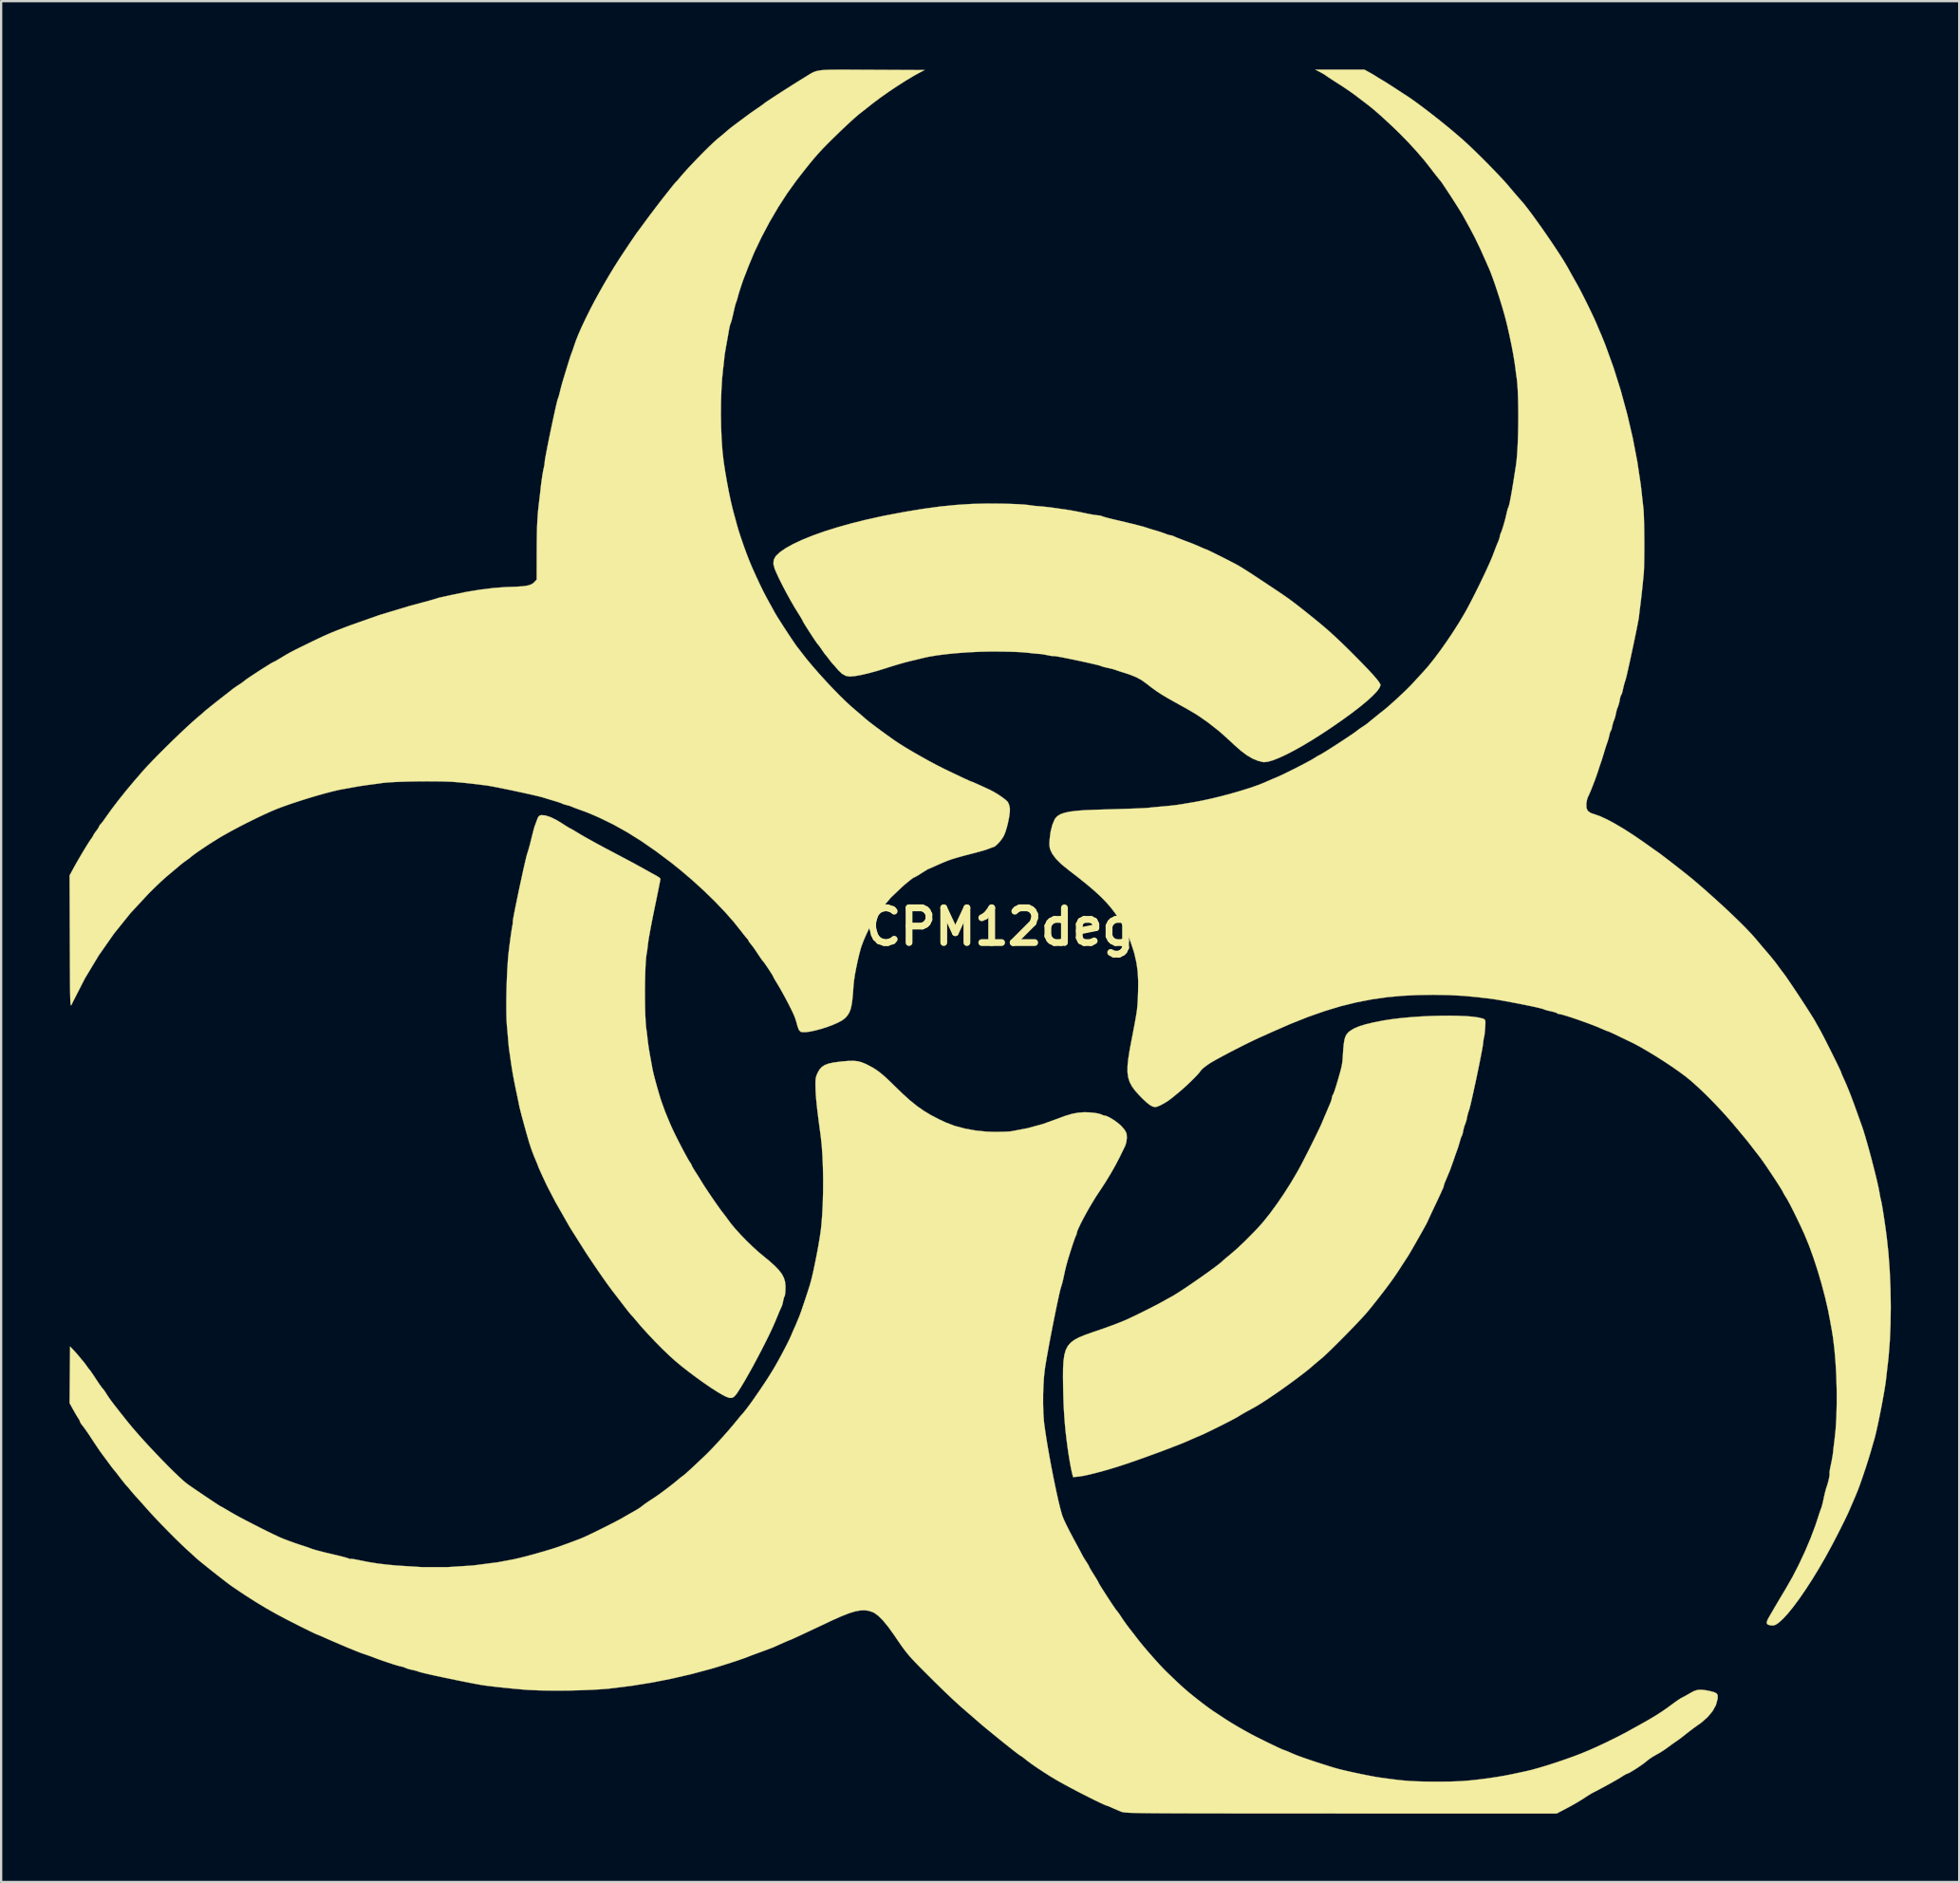
<source format=kicad_pcb>
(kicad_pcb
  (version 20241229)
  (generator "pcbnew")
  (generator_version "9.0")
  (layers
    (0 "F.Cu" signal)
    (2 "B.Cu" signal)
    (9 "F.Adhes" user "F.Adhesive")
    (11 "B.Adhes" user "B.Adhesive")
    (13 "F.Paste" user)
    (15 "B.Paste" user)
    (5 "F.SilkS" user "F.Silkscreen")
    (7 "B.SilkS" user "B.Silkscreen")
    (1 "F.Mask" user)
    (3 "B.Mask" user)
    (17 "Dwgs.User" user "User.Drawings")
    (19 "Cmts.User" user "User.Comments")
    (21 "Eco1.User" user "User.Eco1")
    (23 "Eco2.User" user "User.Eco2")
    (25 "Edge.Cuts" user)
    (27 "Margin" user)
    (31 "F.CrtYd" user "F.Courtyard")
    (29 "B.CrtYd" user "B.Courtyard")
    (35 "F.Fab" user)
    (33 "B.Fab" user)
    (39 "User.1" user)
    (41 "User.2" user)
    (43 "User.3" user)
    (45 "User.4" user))
  (footprint "CPM12deg"
    (layer "F.Cu")
    (at 40.854 37.647)
    (property "Reference" "CPM12deg" (at 0 0 0) (layer "F.SilkS") (effects (font (size 1.524 1.524) (thickness 0.3))))
    (attr through_hole)
    (fp_poly (pts (xy -0.213 -18.586) (xy 0.148 -18.581) (xy 0.487 -18.572) (xy 0.791 -18.559) (xy 1.048 -18.543) (xy 1.245 -18.524) (xy 1.353 -18.507) (xy 1.436 -18.495) (xy 1.572 -18.481) (xy 1.728 -18.468) (xy 1.931 -18.45) (xy 2.151 -18.426) (xy 2.29 -18.408) (xy 2.478 -18.381) (xy 2.697 -18.35) (xy 2.873 -18.326) (xy 3.046 -18.299) (xy 3.268 -18.259) (xy 3.507 -18.213) (xy 3.674 -18.178) (xy 3.878 -18.136) (xy 4.063 -18.101) (xy 4.209 -18.079) (xy 4.289 -18.071) (xy 4.405 -18.058) (xy 4.487 -18.03) (xy 4.552 -18.006) (xy 4.682 -17.969) (xy 4.86 -17.923) (xy 5.072 -17.872) (xy 5.184 -17.846) (xy 5.504 -17.771) (xy 5.799 -17.7) (xy 6.057 -17.634) (xy 6.266 -17.579) (xy 6.411 -17.536) (xy 6.454 -17.521) (xy 6.523 -17.498) (xy 6.646 -17.46) (xy 6.801 -17.414) (xy 6.829 -17.406) (xy 7 -17.354) (xy 7.159 -17.301) (xy 7.272 -17.259) (xy 7.278 -17.256) (xy 7.387 -17.216) (xy 7.471 -17.197) (xy 7.476 -17.197) (xy 7.565 -17.179) (xy 7.61 -17.16) (xy 7.692 -17.123) (xy 7.814 -17.072) (xy 7.87 -17.051) (xy 8 -17) (xy 8.11 -16.958) (xy 8.14 -16.946) (xy 8.237 -16.91) (xy 8.359 -16.865) (xy 8.37 -16.861) (xy 8.485 -16.815) (xy 8.64 -16.75) (xy 8.777 -16.69) (xy 8.91 -16.631) (xy 9.012 -16.589) (xy 9.061 -16.572) (xy 9.061 -16.572) (xy 9.104 -16.555) (xy 9.207 -16.506) (xy 9.355 -16.434) (xy 9.534 -16.345) (xy 9.729 -16.248) (xy 9.925 -16.149) (xy 10.109 -16.055) (xy 10.266 -15.973) (xy 10.382 -15.912) (xy 10.391 -15.907) (xy 10.494 -15.848) (xy 10.612 -15.778) (xy 10.754 -15.689) (xy 10.929 -15.578) (xy 11.145 -15.437) (xy 11.412 -15.261) (xy 11.738 -15.045) (xy 11.763 -15.028) (xy 12.051 -14.836) (xy 12.284 -14.68) (xy 12.477 -14.549) (xy 12.643 -14.432) (xy 12.798 -14.32) (xy 12.956 -14.2) (xy 13.132 -14.064) (xy 13.339 -13.901) (xy 13.512 -13.764) (xy 13.857 -13.486) (xy 14.165 -13.231) (xy 14.452 -12.983) (xy 14.734 -12.726) (xy 15.029 -12.447) (xy 15.353 -12.129) (xy 15.552 -11.93) (xy 15.883 -11.595) (xy 16.154 -11.313) (xy 16.369 -11.081) (xy 16.529 -10.897) (xy 16.637 -10.758) (xy 16.695 -10.661) (xy 16.708 -10.607) (xy 16.658 -10.486) (xy 16.54 -10.328) (xy 16.355 -10.136) (xy 16.109 -9.913) (xy 15.804 -9.661) (xy 15.445 -9.385) (xy 15.034 -9.086) (xy 14.576 -8.769) (xy 14.203 -8.52) (xy 13.76 -8.237) (xy 13.338 -7.982) (xy 12.943 -7.76) (xy 12.581 -7.572) (xy 12.258 -7.422) (xy 11.982 -7.313) (xy 11.757 -7.249) (xy 11.59 -7.231) (xy 11.555 -7.234) (xy 11.316 -7.295) (xy 11.081 -7.393) (xy 10.837 -7.538) (xy 10.575 -7.735) (xy 10.283 -7.991) (xy 10.133 -8.134) (xy 9.655 -8.565) (xy 9.136 -8.974) (xy 8.743 -9.248) (xy 8.642 -9.314) (xy 8.542 -9.377) (xy 8.429 -9.444) (xy 8.292 -9.523) (xy 8.118 -9.622) (xy 7.894 -9.746) (xy 7.641 -9.887) (xy 7.336 -10.059) (xy 7.082 -10.212) (xy 6.858 -10.36) (xy 6.639 -10.519) (xy 6.418 -10.691) (xy 6.204 -10.843) (xy 5.966 -10.97) (xy 5.681 -11.083) (xy 5.455 -11.156) (xy 5.294 -11.206) (xy 5.156 -11.251) (xy 5.067 -11.283) (xy 5.059 -11.286) (xy 4.974 -11.313) (xy 4.84 -11.347) (xy 4.726 -11.372) (xy 4.587 -11.404) (xy 4.479 -11.435) (xy 4.435 -11.454) (xy 4.382 -11.472) (xy 4.263 -11.503) (xy 4.09 -11.544) (xy 3.878 -11.593) (xy 3.64 -11.645) (xy 3.389 -11.699) (xy 3.139 -11.751) (xy 2.903 -11.799) (xy 2.696 -11.84) (xy 2.529 -11.87) (xy 2.418 -11.888) (xy 2.376 -11.89) (xy 2.323 -11.888) (xy 2.214 -11.903) (xy 2.1 -11.926) (xy 1.952 -11.955) (xy 1.828 -11.976) (xy 1.77 -11.982) (xy 1.686 -11.987) (xy 1.55 -11.999) (xy 1.416 -12.013) (xy 1.235 -12.033) (xy 1.084 -12.047) (xy 0.945 -12.059) (xy 0.799 -12.067) (xy 0.627 -12.074) (xy 0.412 -12.08) (xy 0.135 -12.086) (xy 0.083 -12.087) (xy -0.39 -12.09) (xy -0.884 -12.079) (xy -1.383 -12.055) (xy -1.873 -12.02) (xy -2.338 -11.975) (xy -2.763 -11.921) (xy -3.132 -11.859) (xy -3.373 -11.806) (xy -3.523 -11.769) (xy -3.718 -11.721) (xy -3.922 -11.673) (xy -3.977 -11.66) (xy -4.153 -11.615) (xy -4.382 -11.551) (xy -4.64 -11.474) (xy -4.9 -11.393) (xy -4.997 -11.361) (xy -5.388 -11.24) (xy -5.753 -11.14) (xy -6.081 -11.063) (xy -6.358 -11.013) (xy -6.572 -10.993) (xy -6.596 -10.993) (xy -6.767 -11.021) (xy -6.93 -11.111) (xy -7.099 -11.271) (xy -7.146 -11.325) (xy -7.235 -11.429) (xy -7.312 -11.516) (xy -7.33 -11.534) (xy -7.393 -11.606) (xy -7.478 -11.713) (xy -7.517 -11.765) (xy -7.593 -11.865) (xy -7.649 -11.934) (xy -7.664 -11.95) (xy -7.699 -11.994) (xy -7.763 -12.085) (xy -7.828 -12.18) (xy -7.907 -12.294) (xy -7.97 -12.378) (xy -7.997 -12.409) (xy -8.032 -12.451) (xy -8.099 -12.548) (xy -8.19 -12.683) (xy -8.294 -12.841) (xy -8.401 -13.007) (xy -8.501 -13.164) (xy -8.585 -13.299) (xy -8.641 -13.394) (xy -8.661 -13.435) (xy -8.682 -13.481) (xy -8.739 -13.58) (xy -8.821 -13.713) (xy -8.864 -13.78) (xy -9.026 -14.042) (xy -9.201 -14.346) (xy -9.38 -14.671) (xy -9.551 -14.998) (xy -9.705 -15.306) (xy -9.83 -15.577) (xy -9.888 -15.714) (xy -9.946 -15.931) (xy -9.933 -16.116) (xy -9.846 -16.275) (xy -9.842 -16.28) (xy -9.659 -16.454) (xy -9.398 -16.633) (xy -9.067 -16.816) (xy -8.67 -17.001) (xy -8.213 -17.185) (xy -7.703 -17.366) (xy -7.144 -17.542) (xy -6.544 -17.711) (xy -5.908 -17.87) (xy -5.241 -18.018) (xy -5.08 -18.052) (xy -4.205 -18.218) (xy -3.394 -18.352) (xy -2.637 -18.455) (xy -1.92 -18.527) (xy -1.234 -18.571) (xy -0.583 -18.587) (xy -0.213 -18.586)) (stroke (width 0.01) (type solid)) (fill yes) (layer "F.SilkS"))
    (fp_poly (pts (xy 20.147 3.906) (xy 20.494 3.922) (xy 20.794 3.948) (xy 21.034 3.984) (xy 21.207 4.029) (xy 21.251 4.048) (xy 21.288 4.076) (xy 21.308 4.123) (xy 21.314 4.208) (xy 21.308 4.349) (xy 21.302 4.443) (xy 21.288 4.609) (xy 21.273 4.742) (xy 21.26 4.821) (xy 21.256 4.832) (xy 21.241 4.889) (xy 21.225 5.002) (xy 21.215 5.097) (xy 21.201 5.202) (xy 21.172 5.372) (xy 21.13 5.594) (xy 21.079 5.857) (xy 21.02 6.149) (xy 20.957 6.457) (xy 20.891 6.77) (xy 20.825 7.074) (xy 20.763 7.358) (xy 20.706 7.611) (xy 20.657 7.819) (xy 20.619 7.97) (xy 20.593 8.054) (xy 20.592 8.057) (xy 20.55 8.18) (xy 20.514 8.33) (xy 20.507 8.37) (xy 20.476 8.511) (xy 20.436 8.634) (xy 20.424 8.661) (xy 20.384 8.768) (xy 20.349 8.909) (xy 20.341 8.952) (xy 20.315 9.075) (xy 20.286 9.164) (xy 20.276 9.183) (xy 20.244 9.249) (xy 20.209 9.359) (xy 20.201 9.391) (xy 20.114 9.685) (xy 20.025 9.931) (xy 19.996 10.013) (xy 19.951 10.144) (xy 19.903 10.285) (xy 19.75 10.708) (xy 19.565 11.148) (xy 19.518 11.263) (xy 19.491 11.348) (xy 19.487 11.368) (xy 19.47 11.438) (xy 19.45 11.483) (xy 19.405 11.578) (xy 19.37 11.659) (xy 19.337 11.732) (xy 19.275 11.865) (xy 19.193 12.04) (xy 19.098 12.242) (xy 19.052 12.338) (xy 18.958 12.537) (xy 18.878 12.708) (xy 18.818 12.838) (xy 18.784 12.913) (xy 18.779 12.926) (xy 18.76 12.969) (xy 18.706 13.071) (xy 18.624 13.219) (xy 18.524 13.4) (xy 18.41 13.601) (xy 18.292 13.81) (xy 18.176 14.013) (xy 18.069 14.198) (xy 17.979 14.351) (xy 17.914 14.459) (xy 17.893 14.491) (xy 17.79 14.648) (xy 17.68 14.817) (xy 17.634 14.888) (xy 17.524 15.059) (xy 17.441 15.186) (xy 17.366 15.296) (xy 17.284 15.415) (xy 17.218 15.508) (xy 17.048 15.741) (xy 16.836 16.021) (xy 16.594 16.334) (xy 16.332 16.663) (xy 16.178 16.852) (xy 16.058 16.993) (xy 15.892 17.176) (xy 15.69 17.391) (xy 15.464 17.627) (xy 15.224 17.875) (xy 14.979 18.122) (xy 14.741 18.36) (xy 14.52 18.577) (xy 14.325 18.763) (xy 14.168 18.907) (xy 14.073 18.988) (xy 13.929 19.105) (xy 13.778 19.234) (xy 13.722 19.284) (xy 13.54 19.438) (xy 13.303 19.625) (xy 13.024 19.836) (xy 12.719 20.061) (xy 12.401 20.289) (xy 12.084 20.51) (xy 11.782 20.715) (xy 11.51 20.893) (xy 11.281 21.034) (xy 11.181 21.091) (xy 11.025 21.177) (xy 10.854 21.271) (xy 10.796 21.302) (xy 10.661 21.379) (xy 10.539 21.452) (xy 10.494 21.481) (xy 10.409 21.532) (xy 10.263 21.611) (xy 10.072 21.711) (xy 9.851 21.824) (xy 9.615 21.943) (xy 9.379 22.06) (xy 9.157 22.168) (xy 8.966 22.259) (xy 8.819 22.326) (xy 8.786 22.34) (xy 8.606 22.416) (xy 8.418 22.497) (xy 8.296 22.552) (xy 8.11 22.632) (xy 7.858 22.734) (xy 7.556 22.851) (xy 7.216 22.981) (xy 6.853 23.116) (xy 6.481 23.251) (xy 6.113 23.383) (xy 5.763 23.505) (xy 5.445 23.613) (xy 5.33 23.651) (xy 4.966 23.765) (xy 4.606 23.871) (xy 4.265 23.964) (xy 3.957 24.041) (xy 3.696 24.099) (xy 3.496 24.132) (xy 3.469 24.135) (xy 3.212 24.162) (xy 3.17 24) (xy 3.123 23.791) (xy 3.072 23.518) (xy 3.019 23.199) (xy 2.968 22.854) (xy 2.922 22.5) (xy 2.882 22.157) (xy 2.852 21.843) (xy 2.852 21.84) (xy 2.827 21.52) (xy 2.809 21.24) (xy 2.795 20.971) (xy 2.785 20.685) (xy 2.777 20.355) (xy 2.774 20.216) (xy 2.768 19.756) (xy 2.772 19.371) (xy 2.791 19.052) (xy 2.829 18.789) (xy 2.891 18.575) (xy 2.982 18.4) (xy 3.107 18.255) (xy 3.271 18.132) (xy 3.478 18.023) (xy 3.733 17.918) (xy 4.042 17.808) (xy 4.101 17.788) (xy 4.529 17.641) (xy 4.896 17.508) (xy 5.221 17.384) (xy 5.455 17.29) (xy 5.605 17.224) (xy 5.81 17.128) (xy 6.052 17.011) (xy 6.314 16.882) (xy 6.576 16.75) (xy 6.821 16.625) (xy 7.03 16.514) (xy 7.162 16.442) (xy 7.307 16.36) (xy 7.443 16.286) (xy 7.516 16.246) (xy 7.642 16.174) (xy 7.818 16.064) (xy 8.032 15.925) (xy 8.271 15.765) (xy 8.526 15.591) (xy 8.785 15.411) (xy 9.036 15.234) (xy 9.267 15.067) (xy 9.469 14.918) (xy 9.629 14.796) (xy 9.736 14.707) (xy 9.764 14.679) (xy 9.813 14.634) (xy 9.91 14.551) (xy 10.039 14.444) (xy 10.118 14.379) (xy 10.422 14.116) (xy 10.771 13.784) (xy 11.167 13.384) (xy 11.308 13.237) (xy 11.575 12.935) (xy 11.864 12.571) (xy 12.166 12.158) (xy 12.47 11.713) (xy 12.766 11.248) (xy 13.044 10.778) (xy 13.158 10.574) (xy 13.244 10.412) (xy 13.352 10.203) (xy 13.475 9.962) (xy 13.606 9.703) (xy 13.737 9.44) (xy 13.861 9.189) (xy 13.97 8.963) (xy 14.059 8.778) (xy 14.118 8.647) (xy 14.13 8.619) (xy 14.191 8.473) (xy 14.249 8.334) (xy 14.265 8.297) (xy 14.323 8.163) (xy 14.384 8.018) (xy 14.39 8.005) (xy 14.45 7.863) (xy 14.51 7.724) (xy 14.515 7.712) (xy 14.555 7.599) (xy 14.574 7.507) (xy 14.574 7.502) (xy 14.593 7.417) (xy 14.61 7.389) (xy 14.642 7.33) (xy 14.688 7.208) (xy 14.75 7.018) (xy 14.829 6.754) (xy 14.862 6.641) (xy 14.93 6.402) (xy 14.978 6.22) (xy 15.01 6.075) (xy 15.031 5.946) (xy 15.044 5.811) (xy 15.054 5.663) (xy 15.074 5.358) (xy 15.097 5.124) (xy 15.127 4.947) (xy 15.168 4.814) (xy 15.224 4.713) (xy 15.298 4.629) (xy 15.375 4.566) (xy 15.543 4.463) (xy 15.767 4.368) (xy 16.054 4.279) (xy 16.41 4.194) (xy 16.842 4.11) (xy 16.864 4.106) (xy 17.228 4.051) (xy 17.625 4.003) (xy 18.046 3.965) (xy 18.481 3.935) (xy 18.918 3.914) (xy 19.349 3.902) (xy 19.762 3.899) (xy 20.147 3.906)) (stroke (width 0.01) (type solid)) (fill yes) (layer "F.SilkS"))
    (fp_poly (pts (xy -19.964 -4.893) (xy -19.744 -4.823) (xy -19.487 -4.7) (xy -19.246 -4.555) (xy -19.098 -4.46) (xy -18.978 -4.385) (xy -18.902 -4.339) (xy -18.883 -4.33) (xy -18.841 -4.31) (xy -18.747 -4.257) (xy -18.618 -4.18) (xy -18.582 -4.158) (xy -18.412 -4.055) (xy -18.236 -3.953) (xy -18.092 -3.872) (xy -18.092 -3.872) (xy -17.944 -3.791) (xy -17.8 -3.711) (xy -17.738 -3.677) (xy -17.644 -3.625) (xy -17.497 -3.546) (xy -17.317 -3.449) (xy -17.135 -3.353) (xy -16.803 -3.178) (xy -16.537 -3.037) (xy -16.327 -2.926) (xy -16.166 -2.84) (xy -16.044 -2.775) (xy -15.952 -2.725) (xy -15.884 -2.687) (xy -15.858 -2.673) (xy -15.565 -2.51) (xy -15.319 -2.373) (xy -15.131 -2.27) (xy -15.063 -2.233) (xy -14.967 -2.173) (xy -14.912 -2.12) (xy -14.907 -2.107) (xy -14.915 -2.057) (xy -14.938 -1.936) (xy -14.974 -1.755) (xy -15.02 -1.527) (xy -15.074 -1.262) (xy -15.132 -0.98) (xy -15.229 -0.505) (xy -15.308 -0.104) (xy -15.371 0.23) (xy -15.419 0.504) (xy -15.452 0.724) (xy -15.473 0.9) (xy -15.474 0.916) (xy -15.489 1.041) (xy -15.506 1.143) (xy -15.507 1.145) (xy -15.53 1.29) (xy -15.55 1.504) (xy -15.565 1.775) (xy -15.576 2.089) (xy -15.584 2.433) (xy -15.587 2.793) (xy -15.586 3.155) (xy -15.582 3.507) (xy -15.573 3.835) (xy -15.559 4.125) (xy -15.542 4.364) (xy -15.52 4.54) (xy -15.516 4.56) (xy -15.504 4.642) (xy -15.488 4.778) (xy -15.472 4.934) (xy -15.451 5.103) (xy -15.42 5.32) (xy -15.382 5.551) (xy -15.358 5.684) (xy -15.322 5.88) (xy -15.29 6.055) (xy -15.266 6.187) (xy -15.255 6.246) (xy -15.227 6.378) (xy -15.18 6.569) (xy -15.119 6.798) (xy -15.05 7.046) (xy -14.98 7.291) (xy -14.913 7.514) (xy -14.858 7.682) (xy -14.698 8.123) (xy -14.501 8.6) (xy -14.419 8.786) (xy -14.337 8.963) (xy -14.233 9.176) (xy -14.116 9.408) (xy -13.994 9.645) (xy -13.876 9.87) (xy -13.768 10.068) (xy -13.681 10.224) (xy -13.621 10.32) (xy -13.619 10.322) (xy -13.562 10.411) (xy -13.533 10.471) (xy -13.533 10.476) (xy -13.512 10.524) (xy -13.455 10.622) (xy -13.375 10.75) (xy -13.36 10.774) (xy -13.265 10.921) (xy -13.18 11.057) (xy -13.122 11.152) (xy -13.12 11.156) (xy -13.048 11.274) (xy -12.94 11.442) (xy -12.806 11.643) (xy -12.66 11.86) (xy -12.512 12.075) (xy -12.375 12.27) (xy -12.261 12.429) (xy -12.204 12.504) (xy -12.101 12.638) (xy -12.01 12.758) (xy -11.952 12.84) (xy -11.95 12.842) (xy -11.805 13.037) (xy -11.61 13.27) (xy -11.378 13.524) (xy -11.125 13.785) (xy -10.864 14.038) (xy -10.611 14.268) (xy -10.431 14.419) (xy -10.128 14.668) (xy -9.888 14.883) (xy -9.706 15.072) (xy -9.574 15.246) (xy -9.487 15.413) (xy -9.436 15.583) (xy -9.417 15.766) (xy -9.417 15.884) (xy -9.425 16.038) (xy -9.438 16.157) (xy -9.454 16.218) (xy -9.457 16.221) (xy -9.481 16.27) (xy -9.508 16.371) (xy -9.516 16.415) (xy -9.542 16.54) (xy -9.571 16.637) (xy -9.579 16.654) (xy -9.606 16.711) (xy -9.646 16.8) (xy -9.702 16.932) (xy -9.78 17.119) (xy -9.864 17.322) (xy -9.976 17.578) (xy -10.118 17.881) (xy -10.284 18.218) (xy -10.466 18.576) (xy -10.658 18.942) (xy -10.852 19.304) (xy -11.043 19.647) (xy -11.222 19.96) (xy -11.384 20.229) (xy -11.52 20.442) (xy -11.573 20.518) (xy -11.67 20.629) (xy -11.768 20.683) (xy -11.886 20.681) (xy -12.04 20.624) (xy -12.159 20.564) (xy -12.399 20.423) (xy -12.687 20.239) (xy -13.004 20.022) (xy -13.335 19.784) (xy -13.665 19.537) (xy -13.977 19.293) (xy -14.256 19.061) (xy -14.261 19.056) (xy -14.528 18.815) (xy -14.828 18.527) (xy -15.142 18.209) (xy -15.453 17.88) (xy -15.743 17.56) (xy -15.994 17.265) (xy -16.016 17.239) (xy -16.099 17.14) (xy -16.166 17.067) (xy -16.182 17.051) (xy -16.228 17) (xy -16.308 16.901) (xy -16.408 16.774) (xy -16.435 16.739) (xy -16.57 16.562) (xy -16.721 16.366) (xy -16.846 16.204) (xy -17.022 15.975) (xy -17.195 15.741) (xy -17.375 15.49) (xy -17.57 15.211) (xy -17.788 14.892) (xy -18.038 14.52) (xy -18.178 14.309) (xy -18.879 13.201) (xy -19.516 12.083) (xy -19.846 11.451) (xy -19.907 11.327) (xy -19.981 11.17) (xy -20.061 10.999) (xy -20.139 10.83) (xy -20.206 10.681) (xy -20.255 10.569) (xy -20.278 10.511) (xy -20.278 10.508) (xy -20.294 10.461) (xy -20.332 10.367) (xy -20.355 10.314) (xy -20.473 10.03) (xy -20.582 9.739) (xy -20.667 9.48) (xy -20.669 9.473) (xy -20.743 9.219) (xy -20.82 8.947) (xy -20.896 8.672) (xy -20.967 8.41) (xy -21.029 8.177) (xy -21.076 7.989) (xy -21.106 7.863) (xy -21.108 7.849) (xy -21.132 7.731) (xy -21.168 7.553) (xy -21.213 7.338) (xy -21.262 7.108) (xy -21.273 7.053) (xy -21.327 6.786) (xy -21.381 6.496) (xy -21.429 6.216) (xy -21.465 5.982) (xy -21.493 5.784) (xy -21.517 5.612) (xy -21.536 5.485) (xy -21.546 5.425) (xy -21.556 5.349) (xy -21.57 5.217) (xy -21.584 5.053) (xy -21.587 5.018) (xy -21.606 4.798) (xy -21.627 4.554) (xy -21.646 4.359) (xy -21.662 4.121) (xy -21.671 3.817) (xy -21.674 3.461) (xy -21.671 3.071) (xy -21.663 2.661) (xy -21.648 2.248) (xy -21.629 1.848) (xy -21.605 1.477) (xy -21.591 1.312) (xy -21.575 1.154) (xy -21.552 0.953) (xy -21.523 0.728) (xy -21.493 0.499) (xy -21.463 0.286) (xy -21.436 0.107) (xy -21.415 -0.017) (xy -21.408 -0.05) (xy -21.389 -0.154) (xy -21.387 -0.218) (xy -21.39 -0.223) (xy -21.387 -0.268) (xy -21.368 -0.382) (xy -21.336 -0.556) (xy -21.292 -0.778) (xy -21.24 -1.036) (xy -21.181 -1.321) (xy -21.119 -1.62) (xy -21.054 -1.922) (xy -20.99 -2.218) (xy -20.93 -2.495) (xy -20.874 -2.742) (xy -20.826 -2.948) (xy -20.788 -3.103) (xy -20.763 -3.195) (xy -20.759 -3.206) (xy -20.723 -3.315) (xy -20.676 -3.475) (xy -20.627 -3.657) (xy -20.615 -3.706) (xy -20.552 -3.959) (xy -20.506 -4.143) (xy -20.473 -4.272) (xy -20.449 -4.357) (xy -20.433 -4.412) (xy -20.419 -4.449) (xy -20.416 -4.455) (xy -20.387 -4.531) (xy -20.344 -4.649) (xy -20.324 -4.705) (xy -20.273 -4.824) (xy -20.218 -4.884) (xy -20.138 -4.906) (xy -20.138 -4.906) (xy -19.964 -4.893)) (stroke (width 0.01) (type solid)) (fill yes) (layer "F.SilkS"))
    (fp_poly (pts (xy -6.756 -37.638) (xy -6.367 -37.636) (xy -5.907 -37.633) (xy -5.633 -37.632) (xy -3.31 -37.621) (xy -3.477 -37.535) (xy -3.784 -37.367) (xy -4.134 -37.157) (xy -4.507 -36.92) (xy -4.884 -36.667) (xy -5.244 -36.414) (xy -5.567 -36.172) (xy -5.683 -36.08) (xy -5.828 -35.965) (xy -5.968 -35.855) (xy -6.073 -35.773) (xy -6.08 -35.768) (xy -6.228 -35.65) (xy -6.409 -35.493) (xy -6.631 -35.291) (xy -6.899 -35.039) (xy -7.094 -34.852) (xy -7.365 -34.588) (xy -7.597 -34.357) (xy -7.803 -34.145) (xy -7.993 -33.938) (xy -8.18 -33.723) (xy -8.376 -33.486) (xy -8.593 -33.213) (xy -8.844 -32.891) (xy -8.937 -32.77) (xy -9.335 -32.219) (xy -9.73 -31.608) (xy -10.112 -30.957) (xy -10.466 -30.289) (xy -10.784 -29.624) (xy -11.051 -28.984) (xy -11.115 -28.814) (xy -11.161 -28.693) (xy -11.201 -28.592) (xy -11.204 -28.585) (xy -11.252 -28.463) (xy -11.314 -28.288) (xy -11.381 -28.088) (xy -11.444 -27.89) (xy -11.493 -27.723) (xy -11.508 -27.667) (xy -11.543 -27.538) (xy -11.575 -27.442) (xy -11.588 -27.413) (xy -11.607 -27.356) (xy -11.639 -27.237) (xy -11.677 -27.076) (xy -11.703 -26.958) (xy -11.744 -26.78) (xy -11.782 -26.631) (xy -11.812 -26.532) (xy -11.824 -26.503) (xy -11.847 -26.444) (xy -11.875 -26.327) (xy -11.904 -26.177) (xy -11.905 -26.17) (xy -11.936 -25.986) (xy -11.976 -25.763) (xy -12.016 -25.543) (xy -12.023 -25.504) (xy -12.055 -25.321) (xy -12.082 -25.155) (xy -12.098 -25.034) (xy -12.101 -25.004) (xy -12.11 -24.905) (xy -12.127 -24.752) (xy -12.148 -24.573) (xy -12.154 -24.526) (xy -12.199 -24.078) (xy -12.23 -23.572) (xy -12.248 -23.029) (xy -12.252 -22.467) (xy -12.242 -21.908) (xy -12.219 -21.37) (xy -12.183 -20.875) (xy -12.134 -20.445) (xy -12.067 -20.003) (xy -11.989 -19.551) (xy -11.906 -19.111) (xy -11.82 -18.703) (xy -11.736 -18.346) (xy -11.691 -18.176) (xy -11.639 -17.987) (xy -11.586 -17.791) (xy -11.549 -17.655) (xy -11.476 -17.402) (xy -11.377 -17.098) (xy -11.263 -16.766) (xy -11.142 -16.432) (xy -11.022 -16.119) (xy -10.912 -15.852) (xy -10.891 -15.802) (xy -10.709 -15.397) (xy -10.548 -15.053) (xy -10.401 -14.752) (xy -10.259 -14.478) (xy -10.175 -14.324) (xy -10.078 -14.148) (xy -9.985 -13.979) (xy -9.911 -13.844) (xy -9.889 -13.803) (xy -9.83 -13.703) (xy -9.737 -13.552) (xy -9.618 -13.365) (xy -9.485 -13.157) (xy -9.344 -12.942) (xy -9.208 -12.734) (xy -9.083 -12.549) (xy -8.981 -12.4) (xy -8.911 -12.301) (xy -8.895 -12.281) (xy -8.81 -12.174) (xy -8.716 -12.051) (xy -8.703 -12.034) (xy -8.489 -11.76) (xy -8.232 -11.452) (xy -7.945 -11.123) (xy -7.64 -10.787) (xy -7.331 -10.458) (xy -7.03 -10.15) (xy -6.75 -9.877) (xy -6.505 -9.653) (xy -6.454 -9.61) (xy -6.272 -9.455) (xy -6.137 -9.34) (xy -6.031 -9.249) (xy -5.937 -9.167) (xy -5.892 -9.126) (xy -5.787 -9.04) (xy -5.628 -8.916) (xy -5.427 -8.764) (xy -5.197 -8.594) (xy -4.952 -8.416) (xy -4.705 -8.24) (xy -4.623 -8.182) (xy -4.401 -8.035) (xy -4.122 -7.861) (xy -3.802 -7.671) (xy -3.459 -7.475) (xy -3.112 -7.282) (xy -2.776 -7.103) (xy -2.469 -6.948) (xy -2.403 -6.915) (xy -2.043 -6.743) (xy -1.745 -6.601) (xy -1.512 -6.492) (xy -1.346 -6.417) (xy -1.251 -6.377) (xy -1.229 -6.371) (xy -1.181 -6.353) (xy -1.06 -6.3) (xy -0.864 -6.212) (xy -0.594 -6.088) (xy -0.458 -6.025) (xy -0.284 -5.935) (xy -0.099 -5.826) (xy 0.077 -5.708) (xy 0.225 -5.597) (xy 0.326 -5.505) (xy 0.35 -5.475) (xy 0.399 -5.365) (xy 0.431 -5.225) (xy 0.435 -5.194) (xy 0.432 -5.038) (xy 0.404 -4.83) (xy 0.358 -4.595) (xy 0.299 -4.358) (xy 0.232 -4.145) (xy 0.173 -4.003) (xy 0.096 -3.875) (xy -0.007 -3.742) (xy -0.118 -3.622) (xy -0.221 -3.535) (xy -0.299 -3.498) (xy -0.303 -3.498) (xy -0.364 -3.482) (xy -0.462 -3.442) (xy -0.473 -3.437) (xy -0.565 -3.403) (xy -0.717 -3.355) (xy -0.905 -3.301) (xy -1.083 -3.253) (xy -1.419 -3.166) (xy -1.69 -3.094) (xy -1.91 -3.032) (xy -2.095 -2.976) (xy -2.259 -2.919) (xy -2.417 -2.857) (xy -2.585 -2.786) (xy -2.778 -2.7) (xy -2.825 -2.679) (xy -2.969 -2.614) (xy -3.08 -2.566) (xy -3.141 -2.541) (xy -3.146 -2.54) (xy -3.186 -2.519) (xy -3.278 -2.463) (xy -3.405 -2.383) (xy -3.452 -2.353) (xy -3.59 -2.266) (xy -3.704 -2.201) (xy -3.773 -2.167) (xy -3.782 -2.165) (xy -3.827 -2.139) (xy -3.922 -2.068) (xy -4.054 -1.962) (xy -4.212 -1.829) (xy -4.275 -1.775) (xy -4.793 -1.281) (xy -5.24 -0.752) (xy -5.468 -0.428) (xy -5.593 -0.221) (xy -5.728 0.035) (xy -5.861 0.314) (xy -5.981 0.588) (xy -6.074 0.832) (xy -6.108 0.937) (xy -6.179 1.201) (xy -6.249 1.498) (xy -6.313 1.804) (xy -6.368 2.097) (xy -6.407 2.354) (xy -6.427 2.541) (xy -6.453 2.897) (xy -6.479 3.181) (xy -6.51 3.405) (xy -6.548 3.581) (xy -6.596 3.721) (xy -6.657 3.835) (xy -6.734 3.937) (xy -6.801 4.009) (xy -6.926 4.103) (xy -7.107 4.202) (xy -7.331 4.301) (xy -7.581 4.394) (xy -7.842 4.478) (xy -8.098 4.547) (xy -8.335 4.598) (xy -8.538 4.624) (xy -8.69 4.622) (xy -8.752 4.605) (xy -8.831 4.522) (xy -8.89 4.36) (xy -8.892 4.351) (xy -8.938 4.181) (xy -8.994 4.006) (xy -9.012 3.956) (xy -9.067 3.826) (xy -9.154 3.643) (xy -9.265 3.423) (xy -9.389 3.185) (xy -9.518 2.946) (xy -9.641 2.725) (xy -9.75 2.54) (xy -9.786 2.481) (xy -9.866 2.351) (xy -9.925 2.248) (xy -9.951 2.193) (xy -9.952 2.19) (xy -9.974 2.145) (xy -10.031 2.051) (xy -10.111 1.927) (xy -10.201 1.791) (xy -10.289 1.662) (xy -10.361 1.56) (xy -10.406 1.504) (xy -10.411 1.499) (xy -10.446 1.457) (xy -10.513 1.362) (xy -10.602 1.23) (xy -10.646 1.162) (xy -10.75 1.007) (xy -10.848 0.869) (xy -10.925 0.77) (xy -10.943 0.748) (xy -11.007 0.671) (xy -11.034 0.618) (xy -11.034 0.617) (xy -11.061 0.564) (xy -11.107 0.51) (xy -11.167 0.441) (xy -11.258 0.328) (xy -11.362 0.194) (xy -11.377 0.174) (xy -11.704 -0.235) (xy -12.092 -0.674) (xy -12.529 -1.129) (xy -13.002 -1.59) (xy -13.5 -2.044) (xy -14.011 -2.48) (xy -14.428 -2.815) (xy -15.107 -3.324) (xy -15.75 -3.769) (xy -16.368 -4.156) (xy -16.971 -4.493) (xy -17.568 -4.784) (xy -17.718 -4.851) (xy -17.91 -4.934) (xy -18.055 -4.995) (xy -18.183 -5.046) (xy -18.324 -5.097) (xy -18.446 -5.141) (xy -18.603 -5.198) (xy -18.733 -5.248) (xy -18.814 -5.282) (xy -18.822 -5.285) (xy -18.906 -5.317) (xy -19.022 -5.348) (xy -19.031 -5.35) (xy -19.139 -5.379) (xy -19.212 -5.407) (xy -19.217 -5.41) (xy -19.274 -5.435) (xy -19.389 -5.475) (xy -19.539 -5.522) (xy -19.57 -5.531) (xy -19.753 -5.585) (xy -19.932 -5.64) (xy -20.071 -5.683) (xy -20.073 -5.684) (xy -20.183 -5.714) (xy -20.36 -5.757) (xy -20.589 -5.81) (xy -20.856 -5.869) (xy -21.146 -5.932) (xy -21.444 -5.996) (xy -21.735 -6.056) (xy -22.005 -6.111) (xy -22.239 -6.156) (xy -22.423 -6.19) (xy -22.527 -6.206) (xy -22.971 -6.262) (xy -23.377 -6.309) (xy -23.732 -6.344) (xy -24.024 -6.367) (xy -24.151 -6.374) (xy -24.469 -6.384) (xy -24.82 -6.389) (xy -25.191 -6.39) (xy -25.568 -6.387) (xy -25.937 -6.381) (xy -26.285 -6.371) (xy -26.598 -6.358) (xy -26.863 -6.342) (xy -27.066 -6.323) (xy -27.149 -6.312) (xy -27.237 -6.299) (xy -27.381 -6.279) (xy -27.557 -6.256) (xy -27.628 -6.247) (xy -27.851 -6.217) (xy -28.096 -6.18) (xy -28.312 -6.143) (xy -28.336 -6.139) (xy -28.514 -6.106) (xy -28.681 -6.076) (xy -28.802 -6.055) (xy -28.814 -6.053) (xy -29.04 -6.01) (xy -29.328 -5.941) (xy -29.664 -5.853) (xy -30.031 -5.749) (xy -30.415 -5.634) (xy -30.8 -5.512) (xy -31.17 -5.389) (xy -31.511 -5.268) (xy -31.729 -5.186) (xy -32 -5.073) (xy -32.325 -4.926) (xy -32.684 -4.755) (xy -33.06 -4.569) (xy -33.433 -4.377) (xy -33.787 -4.188) (xy -34.103 -4.011) (xy -34.279 -3.907) (xy -34.523 -3.756) (xy -34.771 -3.598) (xy -35.007 -3.441) (xy -35.218 -3.297) (xy -35.391 -3.173) (xy -35.51 -3.08) (xy -35.534 -3.059) (xy -35.596 -3.009) (xy -35.694 -2.937) (xy -35.727 -2.914) (xy -35.849 -2.826) (xy -35.96 -2.739) (xy -36.093 -2.626) (xy -36.121 -2.602) (xy -36.21 -2.527) (xy -36.329 -2.428) (xy -36.395 -2.373) (xy -36.619 -2.184) (xy -36.853 -1.972) (xy -37.113 -1.724) (xy -37.382 -1.457) (xy -38.169 -0.61) (xy -38.899 0.297) (xy -39.569 1.255) (xy -40.173 2.258) (xy -40.706 3.299) (xy -40.75 3.394) (xy -40.765 3.424) (xy -40.778 3.443) (xy -40.789 3.446) (xy -40.798 3.425) (xy -40.806 3.378) (xy -40.813 3.297) (xy -40.818 3.177) (xy -40.822 3.014) (xy -40.826 2.801) (xy -40.829 2.534) (xy -40.831 2.206) (xy -40.833 1.813) (xy -40.835 1.349) (xy -40.837 0.808) (xy -40.838 0.651) (xy -40.849 -2.257) (xy -40.688 -2.555) (xy -40.579 -2.753) (xy -40.452 -2.974) (xy -40.317 -3.204) (xy -40.185 -3.424) (xy -40.065 -3.619) (xy -39.967 -3.773) (xy -39.907 -3.859) (xy -39.843 -3.95) (xy -39.809 -4.012) (xy -39.807 -4.02) (xy -39.783 -4.066) (xy -39.723 -4.153) (xy -39.682 -4.206) (xy -39.609 -4.306) (xy -39.564 -4.383) (xy -39.557 -4.404) (xy -39.529 -4.463) (xy -39.5 -4.493) (xy -39.45 -4.549) (xy -39.369 -4.654) (xy -39.274 -4.787) (xy -39.251 -4.821) (xy -39.005 -5.165) (xy -38.71 -5.552) (xy -38.376 -5.97) (xy -38.013 -6.404) (xy -37.634 -6.842) (xy -37.627 -6.85) (xy -37.427 -7.069) (xy -37.182 -7.326) (xy -36.906 -7.608) (xy -36.61 -7.904) (xy -36.305 -8.202) (xy -36.003 -8.492) (xy -35.717 -8.761) (xy -35.458 -8.998) (xy -35.237 -9.191) (xy -35.144 -9.27) (xy -35.051 -9.347) (xy -34.988 -9.403) (xy -34.977 -9.415) (xy -34.937 -9.451) (xy -34.846 -9.527) (xy -34.715 -9.633) (xy -34.56 -9.758) (xy -34.393 -9.891) (xy -34.228 -10.021) (xy -34.078 -10.138) (xy -33.996 -10.202) (xy -33.874 -10.296) (xy -33.766 -10.381) (xy -33.72 -10.419) (xy -33.637 -10.481) (xy -33.516 -10.565) (xy -33.421 -10.627) (xy -33.299 -10.707) (xy -33.205 -10.776) (xy -33.166 -10.81) (xy -33.119 -10.847) (xy -33.018 -10.918) (xy -32.877 -11.013) (xy -32.708 -11.124) (xy -32.527 -11.242) (xy -32.347 -11.358) (xy -32.182 -11.462) (xy -32.046 -11.546) (xy -31.953 -11.601) (xy -31.918 -11.617) (xy -31.873 -11.637) (xy -31.777 -11.69) (xy -31.65 -11.765) (xy -31.634 -11.774) (xy -31.469 -11.874) (xy -31.333 -11.955) (xy -31.209 -12.025) (xy -31.081 -12.094) (xy -30.931 -12.171) (xy -30.742 -12.265) (xy -30.497 -12.384) (xy -30.459 -12.403) (xy -30.154 -12.552) (xy -29.905 -12.671) (xy -29.694 -12.77) (xy -29.501 -12.856) (xy -29.309 -12.937) (xy -29.098 -13.022) (xy -28.849 -13.118) (xy -28.546 -13.233) (xy -28.544 -13.234) (xy -27.256 -13.688) (xy -25.952 -14.082) (xy -25.504 -14.203) (xy -25.28 -14.263) (xy -25.077 -14.318) (xy -24.912 -14.365) (xy -24.803 -14.397) (xy -24.775 -14.407) (xy -24.651 -14.446) (xy -24.567 -14.466) (xy -24.481 -14.484) (xy -24.338 -14.515) (xy -24.165 -14.554) (xy -24.088 -14.571) (xy -23.443 -14.705) (xy -22.812 -14.809) (xy -22.214 -14.882) (xy -21.668 -14.921) (xy -21.566 -14.924) (xy -21.244 -14.935) (xy -20.993 -14.951) (xy -20.803 -14.974) (xy -20.66 -15.007) (xy -20.554 -15.051) (xy -20.472 -15.109) (xy -20.442 -15.139) (xy -20.341 -15.247) (xy -20.338 -16.441) (xy -20.336 -16.869) (xy -20.331 -17.23) (xy -20.324 -17.538) (xy -20.312 -17.808) (xy -20.297 -18.056) (xy -20.276 -18.297) (xy -20.249 -18.546) (xy -20.231 -18.696) (xy -20.21 -18.876) (xy -20.19 -19.039) (xy -20.177 -19.155) (xy -20.175 -19.175) (xy -20.151 -19.395) (xy -20.121 -19.623) (xy -20.089 -19.839) (xy -20.058 -20.019) (xy -20.032 -20.142) (xy -20.029 -20.153) (xy -19.999 -20.292) (xy -19.987 -20.423) (xy -19.987 -20.424) (xy -19.979 -20.495) (xy -19.955 -20.633) (xy -19.919 -20.828) (xy -19.873 -21.066) (xy -19.819 -21.335) (xy -19.76 -21.625) (xy -19.698 -21.921) (xy -19.636 -22.213) (xy -19.577 -22.488) (xy -19.523 -22.734) (xy -19.476 -22.94) (xy -19.439 -23.092) (xy -19.415 -23.179) (xy -19.409 -23.193) (xy -19.381 -23.267) (xy -19.346 -23.391) (xy -19.323 -23.485) (xy -19.28 -23.66) (xy -19.227 -23.857) (xy -19.196 -23.963) (xy -19.09 -24.312) (xy -19.005 -24.589) (xy -18.939 -24.803) (xy -18.89 -24.96) (xy -18.854 -25.07) (xy -18.829 -25.141) (xy -18.817 -25.171) (xy -18.785 -25.255) (xy -18.739 -25.386) (xy -18.7 -25.504) (xy -18.612 -25.758) (xy -18.497 -26.044) (xy -18.353 -26.37) (xy -18.173 -26.748) (xy -17.976 -27.143) (xy -17.811 -27.46) (xy -17.612 -27.822) (xy -17.396 -28.205) (xy -17.174 -28.584) (xy -16.962 -28.935) (xy -16.789 -29.21) (xy -16.671 -29.392) (xy -16.535 -29.598) (xy -16.392 -29.813) (xy -16.253 -30.022) (xy -16.126 -30.209) (xy -16.022 -30.361) (xy -15.952 -30.463) (xy -15.939 -30.48) (xy -15.887 -30.549) (xy -15.797 -30.671) (xy -15.679 -30.831) (xy -15.544 -31.014) (xy -15.475 -31.108) (xy -15.328 -31.305) (xy -15.163 -31.523) (xy -14.99 -31.75) (xy -14.815 -31.976) (xy -14.648 -32.189) (xy -14.497 -32.38) (xy -14.371 -32.537) (xy -14.278 -32.649) (xy -14.226 -32.707) (xy -14.225 -32.708) (xy -14.17 -32.764) (xy -14.09 -32.857) (xy -14.059 -32.895) (xy -13.905 -33.076) (xy -13.711 -33.291) (xy -13.491 -33.527) (xy -13.256 -33.772) (xy -13.02 -34.012) (xy -12.795 -34.235) (xy -12.594 -34.427) (xy -12.43 -34.575) (xy -12.367 -34.628) (xy -12.245 -34.728) (xy -12.106 -34.845) (xy -12.051 -34.892) (xy -11.952 -34.978) (xy -11.866 -35.049) (xy -11.776 -35.12) (xy -11.66 -35.208) (xy -11.5 -35.327) (xy -11.471 -35.349) (xy -11.323 -35.458) (xy -11.18 -35.565) (xy -11.076 -35.643) (xy -10.968 -35.722) (xy -10.821 -35.825) (xy -10.666 -35.931) (xy -10.66 -35.935) (xy -10.524 -36.028) (xy -10.413 -36.108) (xy -10.347 -36.159) (xy -10.342 -36.164) (xy -10.292 -36.201) (xy -10.183 -36.275) (xy -10.027 -36.379) (xy -9.835 -36.504) (xy -9.619 -36.644) (xy -9.39 -36.79) (xy -9.161 -36.936) (xy -8.942 -37.074) (xy -8.746 -37.196) (xy -8.599 -37.286) (xy -8.477 -37.362) (xy -8.374 -37.426) (xy -8.284 -37.479) (xy -8.198 -37.523) (xy -8.109 -37.559) (xy -8.009 -37.586) (xy -7.89 -37.607) (xy -7.746 -37.622) (xy -7.568 -37.631) (xy -7.349 -37.636) (xy -7.08 -37.638) (xy -6.756 -37.638)) (stroke (width 0.01) (type solid)) (fill yes) (layer "F.SilkS"))
    (fp_poly (pts (xy 16.231 -37.512) (xy 16.365 -37.436) (xy 16.475 -37.371) (xy 16.531 -37.334) (xy 16.608 -37.284) (xy 16.717 -37.219) (xy 16.739 -37.207) (xy 16.832 -37.152) (xy 16.975 -37.063) (xy 17.146 -36.954) (xy 17.301 -36.854) (xy 17.47 -36.743) (xy 17.619 -36.646) (xy 17.73 -36.574) (xy 17.785 -36.539) (xy 17.985 -36.408) (xy 18.234 -36.232) (xy 18.522 -36.02) (xy 18.836 -35.781) (xy 19.163 -35.526) (xy 19.492 -35.263) (xy 19.81 -35.002) (xy 20.105 -34.752) (xy 20.365 -34.524) (xy 20.382 -34.509) (xy 20.598 -34.31) (xy 20.845 -34.073) (xy 21.111 -33.813) (xy 21.383 -33.54) (xy 21.648 -33.269) (xy 21.894 -33.013) (xy 22.107 -32.785) (xy 22.275 -32.597) (xy 22.306 -32.561) (xy 22.495 -32.337) (xy 22.641 -32.166) (xy 22.751 -32.038) (xy 22.837 -31.94) (xy 22.896 -31.875) (xy 23.017 -31.733) (xy 23.174 -31.532) (xy 23.36 -31.284) (xy 23.566 -31) (xy 23.785 -30.693) (xy 24.007 -30.374) (xy 24.226 -30.054) (xy 24.432 -29.745) (xy 24.619 -29.459) (xy 24.777 -29.207) (xy 24.899 -29.002) (xy 24.923 -28.959) (xy 25.013 -28.795) (xy 25.107 -28.626) (xy 25.218 -28.428) (xy 25.357 -28.182) (xy 25.364 -28.169) (xy 25.455 -28.001) (xy 25.569 -27.781) (xy 25.698 -27.526) (xy 25.831 -27.257) (xy 25.959 -26.991) (xy 26.074 -26.748) (xy 26.165 -26.546) (xy 26.21 -26.441) (xy 26.277 -26.282) (xy 26.339 -26.134) (xy 26.381 -26.039) (xy 26.422 -25.943) (xy 26.483 -25.794) (xy 26.554 -25.616) (xy 26.592 -25.518) (xy 26.939 -24.558) (xy 27.257 -23.548) (xy 27.54 -22.508) (xy 27.784 -21.46) (xy 27.983 -20.424) (xy 28.133 -19.422) (xy 28.167 -19.133) (xy 28.192 -18.901) (xy 28.217 -18.679) (xy 28.238 -18.491) (xy 28.252 -18.359) (xy 28.254 -18.342) (xy 28.265 -18.2) (xy 28.273 -17.99) (xy 28.28 -17.727) (xy 28.286 -17.426) (xy 28.289 -17.103) (xy 28.291 -16.771) (xy 28.29 -16.447) (xy 28.287 -16.145) (xy 28.282 -15.88) (xy 28.275 -15.668) (xy 28.267 -15.531) (xy 28.226 -15.107) (xy 28.183 -14.695) (xy 28.14 -14.32) (xy 28.104 -14.032) (xy 28.083 -13.869) (xy 28.067 -13.729) (xy 28.058 -13.642) (xy 28.058 -13.637) (xy 28.047 -13.56) (xy 28.021 -13.415) (xy 27.982 -13.214) (xy 27.933 -12.969) (xy 27.876 -12.693) (xy 27.814 -12.398) (xy 27.75 -12.096) (xy 27.686 -11.799) (xy 27.625 -11.521) (xy 27.57 -11.273) (xy 27.523 -11.067) (xy 27.486 -10.916) (xy 27.463 -10.833) (xy 27.461 -10.826) (xy 27.419 -10.7) (xy 27.377 -10.538) (xy 27.356 -10.442) (xy 27.326 -10.31) (xy 27.295 -10.214) (xy 27.276 -10.182) (xy 27.25 -10.132) (xy 27.223 -10.028) (xy 27.212 -9.963) (xy 27.183 -9.82) (xy 27.144 -9.694) (xy 27.129 -9.661) (xy 27.088 -9.553) (xy 27.053 -9.412) (xy 27.045 -9.369) (xy 27.014 -9.228) (xy 26.974 -9.105) (xy 26.961 -9.077) (xy 26.921 -8.968) (xy 26.885 -8.829) (xy 26.879 -8.797) (xy 26.854 -8.683) (xy 26.826 -8.61) (xy 26.817 -8.599) (xy 26.789 -8.548) (xy 26.762 -8.448) (xy 26.757 -8.422) (xy 26.722 -8.27) (xy 26.674 -8.121) (xy 26.674 -8.12) (xy 26.634 -8.007) (xy 26.582 -7.847) (xy 26.529 -7.674) (xy 26.526 -7.662) (xy 26.477 -7.501) (xy 26.434 -7.362) (xy 26.405 -7.273) (xy 26.402 -7.266) (xy 26.375 -7.19) (xy 26.331 -7.058) (xy 26.277 -6.894) (xy 26.256 -6.829) (xy 26.191 -6.638) (xy 26.112 -6.419) (xy 26.026 -6.195) (xy 25.942 -5.985) (xy 25.868 -5.811) (xy 25.812 -5.693) (xy 25.81 -5.689) (xy 25.781 -5.603) (xy 25.756 -5.472) (xy 25.746 -5.398) (xy 25.751 -5.218) (xy 25.812 -5.09) (xy 25.939 -5) (xy 26.077 -4.953) (xy 26.33 -4.865) (xy 26.638 -4.725) (xy 26.994 -4.535) (xy 27.391 -4.3) (xy 27.822 -4.023) (xy 28.281 -3.709) (xy 28.46 -3.581) (xy 28.609 -3.475) (xy 28.744 -3.379) (xy 28.841 -3.311) (xy 28.858 -3.299) (xy 28.96 -3.227) (xy 29.112 -3.113) (xy 29.303 -2.967) (xy 29.518 -2.801) (xy 29.744 -2.625) (xy 29.967 -2.45) (xy 30.174 -2.285) (xy 30.352 -2.142) (xy 30.487 -2.03) (xy 30.499 -2.02) (xy 30.926 -1.651) (xy 31.343 -1.28) (xy 31.743 -0.916) (xy 32.117 -0.566) (xy 32.458 -0.237) (xy 32.758 0.064) (xy 33.01 0.329) (xy 33.205 0.551) (xy 33.23 0.582) (xy 33.352 0.729) (xy 33.478 0.879) (xy 33.563 0.977) (xy 33.702 1.138) (xy 33.845 1.309) (xy 33.977 1.471) (xy 34.083 1.606) (xy 34.144 1.69) (xy 34.201 1.769) (xy 34.29 1.888) (xy 34.393 2.023) (xy 34.4 2.032) (xy 34.478 2.137) (xy 34.591 2.3) (xy 34.732 2.507) (xy 34.891 2.745) (xy 35.061 3) (xy 35.232 3.261) (xy 35.396 3.513) (xy 35.543 3.743) (xy 35.667 3.939) (xy 35.757 4.087) (xy 35.79 4.143) (xy 35.863 4.275) (xy 35.953 4.435) (xy 36.012 4.539) (xy 36.071 4.647) (xy 36.153 4.805) (xy 36.253 5) (xy 36.364 5.219) (xy 36.48 5.45) (xy 36.595 5.681) (xy 36.702 5.899) (xy 36.796 6.091) (xy 36.87 6.246) (xy 36.918 6.351) (xy 36.934 6.393) (xy 36.951 6.447) (xy 36.992 6.545) (xy 37.016 6.595) (xy 37.165 6.929) (xy 37.33 7.334) (xy 37.505 7.8) (xy 37.56 7.953) (xy 37.641 8.178) (xy 37.719 8.397) (xy 37.787 8.587) (xy 37.837 8.725) (xy 37.844 8.744) (xy 37.91 8.941) (xy 37.988 9.197) (xy 38.075 9.498) (xy 38.168 9.829) (xy 38.261 10.176) (xy 38.351 10.524) (xy 38.435 10.858) (xy 38.509 11.164) (xy 38.568 11.426) (xy 38.608 11.63) (xy 38.62 11.701) (xy 38.646 11.848) (xy 38.676 11.984) (xy 38.684 12.013) (xy 38.704 12.102) (xy 38.733 12.259) (xy 38.768 12.468) (xy 38.806 12.716) (xy 38.847 12.988) (xy 38.887 13.268) (xy 38.923 13.541) (xy 38.933 13.616) (xy 39.01 14.333) (xy 39.065 15.095) (xy 39.099 15.881) (xy 39.111 16.673) (xy 39.101 17.451) (xy 39.069 18.195) (xy 39.015 18.886) (xy 38.988 19.133) (xy 38.962 19.348) (xy 38.94 19.544) (xy 38.922 19.699) (xy 38.912 19.794) (xy 38.912 19.8) (xy 38.89 19.982) (xy 38.852 20.229) (xy 38.802 20.524) (xy 38.743 20.851) (xy 38.678 21.192) (xy 38.61 21.532) (xy 38.543 21.853) (xy 38.479 22.139) (xy 38.423 22.374) (xy 38.39 22.496) (xy 38.333 22.69) (xy 38.269 22.911) (xy 38.221 23.079) (xy 38.131 23.374) (xy 38.023 23.713) (xy 37.907 24.062) (xy 37.795 24.385) (xy 37.782 24.421) (xy 37.734 24.555) (xy 37.695 24.66) (xy 37.659 24.755) (xy 37.617 24.857) (xy 37.564 24.985) (xy 37.49 25.157) (xy 37.413 25.338) (xy 37.352 25.479) (xy 37.288 25.628) (xy 37.284 25.639) (xy 37.221 25.777) (xy 37.128 25.972) (xy 37.012 26.207) (xy 36.882 26.468) (xy 36.745 26.736) (xy 36.61 26.997) (xy 36.497 27.211) (xy 36.222 27.713) (xy 35.939 28.2) (xy 35.655 28.663) (xy 35.374 29.097) (xy 35.102 29.492) (xy 34.843 29.842) (xy 34.604 30.139) (xy 34.388 30.375) (xy 34.202 30.544) (xy 34.192 30.552) (xy 34.071 30.636) (xy 33.974 30.673) (xy 33.865 30.673) (xy 33.777 30.658) (xy 33.688 30.62) (xy 33.662 30.547) (xy 33.7 30.429) (xy 33.73 30.371) (xy 33.819 30.215) (xy 33.939 30.008) (xy 34.079 29.769) (xy 34.228 29.517) (xy 34.374 29.272) (xy 34.499 29.064) (xy 34.789 28.557) (xy 35.075 28.002) (xy 35.346 27.423) (xy 35.591 26.845) (xy 35.799 26.292) (xy 35.894 26.004) (xy 35.952 25.824) (xy 36.004 25.669) (xy 36.043 25.56) (xy 36.059 25.522) (xy 36.082 25.452) (xy 36.116 25.325) (xy 36.152 25.163) (xy 36.164 25.105) (xy 36.204 24.923) (xy 36.246 24.754) (xy 36.283 24.629) (xy 36.29 24.609) (xy 36.333 24.477) (xy 36.374 24.327) (xy 36.406 24.183) (xy 36.425 24.068) (xy 36.425 24.005) (xy 36.423 24.001) (xy 36.422 23.953) (xy 36.437 23.845) (xy 36.466 23.694) (xy 36.482 23.618) (xy 36.521 23.427) (xy 36.554 23.242) (xy 36.576 23.096) (xy 36.579 23.068) (xy 36.593 22.933) (xy 36.614 22.753) (xy 36.638 22.564) (xy 36.64 22.548) (xy 36.691 22.068) (xy 36.724 21.525) (xy 36.739 20.939) (xy 36.738 20.328) (xy 36.72 19.71) (xy 36.686 19.106) (xy 36.637 18.533) (xy 36.572 18.01) (xy 36.521 17.697) (xy 36.493 17.542) (xy 36.467 17.401) (xy 36.457 17.343) (xy 36.358 16.825) (xy 36.229 16.265) (xy 36.075 15.683) (xy 35.903 15.099) (xy 35.719 14.534) (xy 35.528 14.006) (xy 35.336 13.537) (xy 35.287 13.426) (xy 35.167 13.166) (xy 35.039 12.896) (xy 34.91 12.631) (xy 34.787 12.384) (xy 34.677 12.17) (xy 34.587 12.003) (xy 34.524 11.895) (xy 34.52 11.888) (xy 34.448 11.776) (xy 34.397 11.684) (xy 34.385 11.658) (xy 34.351 11.593) (xy 34.279 11.473) (xy 34.176 11.31) (xy 34.052 11.118) (xy 33.915 10.91) (xy 33.773 10.698) (xy 33.637 10.496) (xy 33.513 10.317) (xy 33.411 10.174) (xy 33.359 10.105) (xy 33.226 9.934) (xy 33.08 9.744) (xy 32.967 9.598) (xy 32.858 9.458) (xy 32.755 9.329) (xy 32.68 9.239) (xy 32.679 9.237) (xy 32.596 9.139) (xy 32.491 9.013) (xy 32.437 8.947) (xy 32.101 8.547) (xy 31.743 8.144) (xy 31.375 7.752) (xy 31.009 7.381) (xy 30.656 7.044) (xy 30.33 6.753) (xy 30.084 6.554) (xy 29.81 6.352) (xy 29.494 6.132) (xy 29.153 5.906) (xy 28.802 5.682) (xy 28.458 5.473) (xy 28.137 5.286) (xy 27.856 5.134) (xy 27.711 5.062) (xy 27.603 5.011) (xy 27.445 4.935) (xy 27.26 4.846) (xy 27.129 4.782) (xy 26.959 4.701) (xy 26.817 4.635) (xy 26.719 4.593) (xy 26.682 4.58) (xy 26.631 4.564) (xy 26.528 4.522) (xy 26.414 4.472) (xy 26.252 4.402) (xy 26.047 4.321) (xy 25.812 4.232) (xy 25.562 4.142) (xy 25.312 4.054) (xy 25.076 3.974) (xy 24.867 3.908) (xy 24.702 3.859) (xy 24.594 3.834) (xy 24.568 3.831) (xy 24.491 3.814) (xy 24.467 3.795) (xy 24.417 3.769) (xy 24.31 3.735) (xy 24.183 3.706) (xy 24.041 3.673) (xy 23.93 3.641) (xy 23.88 3.62) (xy 23.822 3.599) (xy 23.694 3.566) (xy 23.51 3.523) (xy 23.282 3.474) (xy 23.023 3.421) (xy 22.745 3.366) (xy 22.462 3.312) (xy 22.186 3.261) (xy 21.929 3.215) (xy 21.705 3.178) (xy 21.526 3.152) (xy 21.444 3.142) (xy 21.357 3.133) (xy 21.212 3.116) (xy 21.036 3.095) (xy 20.965 3.087) (xy 20.361 3.029) (xy 19.703 2.995) (xy 19.015 2.983) (xy 18.325 2.994) (xy 17.657 3.027) (xy 17.038 3.084) (xy 17.03 3.084) (xy 16.337 3.182) (xy 15.653 3.314) (xy 14.964 3.484) (xy 14.261 3.696) (xy 13.531 3.952) (xy 12.762 4.258) (xy 11.95 4.612) (xy 11.759 4.699) (xy 11.547 4.794) (xy 11.41 4.855) (xy 11.187 4.958) (xy 10.924 5.085) (xy 10.634 5.229) (xy 10.334 5.382) (xy 10.037 5.536) (xy 9.759 5.683) (xy 9.515 5.816) (xy 9.32 5.927) (xy 9.211 5.993) (xy 9.056 6.1) (xy 8.923 6.204) (xy 8.834 6.291) (xy 8.809 6.324) (xy 8.755 6.398) (xy 8.651 6.515) (xy 8.51 6.66) (xy 8.347 6.821) (xy 8.173 6.984) (xy 8.003 7.138) (xy 7.868 7.252) (xy 7.737 7.361) (xy 7.607 7.467) (xy 7.55 7.514) (xy 7.385 7.637) (xy 7.206 7.749) (xy 7.035 7.84) (xy 6.892 7.897) (xy 6.814 7.911) (xy 6.712 7.892) (xy 6.591 7.829) (xy 6.445 7.716) (xy 6.263 7.547) (xy 6.113 7.393) (xy 5.935 7.195) (xy 5.796 7.006) (xy 5.696 6.816) (xy 5.631 6.613) (xy 5.6 6.384) (xy 5.601 6.119) (xy 5.632 5.805) (xy 5.691 5.43) (xy 5.74 5.163) (xy 5.816 4.773) (xy 5.877 4.453) (xy 5.926 4.192) (xy 5.964 3.979) (xy 5.993 3.803) (xy 6.015 3.653) (xy 6.03 3.517) (xy 6.041 3.385) (xy 6.049 3.244) (xy 6.056 3.084) (xy 6.063 2.893) (xy 6.065 2.852) (xy 6.07 2.382) (xy 6.047 1.965) (xy 5.993 1.576) (xy 5.905 1.187) (xy 5.873 1.073) (xy 5.715 0.6) (xy 5.521 0.165) (xy 5.277 -0.269) (xy 5.206 -0.38) (xy 5.037 -0.627) (xy 4.855 -0.862) (xy 4.651 -1.095) (xy 4.418 -1.332) (xy 4.147 -1.582) (xy 3.829 -1.852) (xy 3.458 -2.151) (xy 3.025 -2.485) (xy 2.998 -2.506) (xy 2.693 -2.754) (xy 2.464 -2.983) (xy 2.304 -3.197) (xy 2.243 -3.314) (xy 2.199 -3.425) (xy 2.177 -3.53) (xy 2.172 -3.656) (xy 2.181 -3.833) (xy 2.184 -3.869) (xy 2.227 -4.193) (xy 2.3 -4.48) (xy 2.397 -4.709) (xy 2.428 -4.762) (xy 2.517 -4.86) (xy 2.647 -4.941) (xy 2.825 -5.006) (xy 3.058 -5.057) (xy 3.353 -5.095) (xy 3.719 -5.123) (xy 4.101 -5.139) (xy 4.416 -5.149) (xy 4.778 -5.16) (xy 5.149 -5.171) (xy 5.492 -5.182) (xy 5.621 -5.186) (xy 5.876 -5.194) (xy 6.111 -5.204) (xy 6.309 -5.213) (xy 6.455 -5.222) (xy 6.528 -5.228) (xy 6.624 -5.239) (xy 6.781 -5.255) (xy 6.973 -5.273) (xy 7.141 -5.288) (xy 7.33 -5.305) (xy 7.483 -5.32) (xy 7.619 -5.335) (xy 7.756 -5.352) (xy 7.91 -5.375) (xy 8.099 -5.406) (xy 8.342 -5.447) (xy 8.536 -5.48) (xy 8.911 -5.551) (xy 9.321 -5.641) (xy 9.749 -5.746) (xy 10.18 -5.862) (xy 10.598 -5.984) (xy 10.987 -6.106) (xy 11.331 -6.226) (xy 11.615 -6.339) (xy 11.695 -6.375) (xy 11.854 -6.445) (xy 12.026 -6.518) (xy 12.073 -6.536) (xy 12.221 -6.6) (xy 12.419 -6.691) (xy 12.65 -6.804) (xy 12.9 -6.928) (xy 13.152 -7.057) (xy 13.391 -7.181) (xy 13.6 -7.294) (xy 13.764 -7.387) (xy 13.86 -7.447) (xy 13.959 -7.509) (xy 14.037 -7.547) (xy 14.097 -7.579) (xy 14.213 -7.649) (xy 14.373 -7.748) (xy 14.563 -7.869) (xy 14.771 -8.002) (xy 14.983 -8.14) (xy 15.187 -8.275) (xy 15.37 -8.397) (xy 15.52 -8.498) (xy 15.622 -8.571) (xy 15.656 -8.598) (xy 15.764 -8.682) (xy 15.891 -8.767) (xy 15.909 -8.778) (xy 16.037 -8.862) (xy 16.155 -8.951) (xy 16.168 -8.962) (xy 16.278 -9.054) (xy 16.399 -9.152) (xy 16.409 -9.161) (xy 16.506 -9.238) (xy 16.578 -9.298) (xy 16.588 -9.306) (xy 16.646 -9.353) (xy 16.745 -9.431) (xy 16.828 -9.495) (xy 16.93 -9.578) (xy 17.076 -9.703) (xy 17.246 -9.855) (xy 17.425 -10.017) (xy 17.469 -10.057) (xy 17.687 -10.261) (xy 17.861 -10.429) (xy 18.012 -10.58) (xy 18.159 -10.735) (xy 18.314 -10.906) (xy 18.398 -10.997) (xy 18.509 -11.117) (xy 18.585 -11.199) (xy 18.811 -11.456) (xy 19.063 -11.772) (xy 19.333 -12.132) (xy 19.608 -12.521) (xy 19.879 -12.924) (xy 20.135 -13.325) (xy 20.366 -13.71) (xy 20.501 -13.95) (xy 20.665 -14.259) (xy 20.837 -14.596) (xy 21.012 -14.946) (xy 21.181 -15.294) (xy 21.338 -15.626) (xy 21.475 -15.926) (xy 21.585 -16.181) (xy 21.65 -16.343) (xy 21.719 -16.526) (xy 21.766 -16.652) (xy 21.801 -16.741) (xy 21.832 -16.814) (xy 21.865 -16.893) (xy 21.876 -16.917) (xy 21.919 -17.032) (xy 21.943 -17.122) (xy 21.944 -17.137) (xy 21.963 -17.225) (xy 21.982 -17.27) (xy 22.024 -17.371) (xy 22.077 -17.529) (xy 22.134 -17.719) (xy 22.189 -17.919) (xy 22.233 -18.104) (xy 22.239 -18.134) (xy 22.272 -18.273) (xy 22.303 -18.381) (xy 22.323 -18.426) (xy 22.347 -18.492) (xy 22.381 -18.634) (xy 22.423 -18.848) (xy 22.473 -19.128) (xy 22.529 -19.468) (xy 22.549 -19.591) (xy 22.583 -19.803) (xy 22.616 -20.017) (xy 22.645 -20.197) (xy 22.655 -20.258) (xy 22.685 -20.502) (xy 22.711 -20.809) (xy 22.731 -21.165) (xy 22.745 -21.555) (xy 22.755 -21.966) (xy 22.758 -22.384) (xy 22.756 -22.795) (xy 22.748 -23.185) (xy 22.735 -23.541) (xy 22.716 -23.847) (xy 22.69 -24.09) (xy 22.677 -24.176) (xy 22.664 -24.259) (xy 22.647 -24.392) (xy 22.634 -24.505) (xy 22.593 -24.8) (xy 22.533 -25.155) (xy 22.459 -25.548) (xy 22.373 -25.958) (xy 22.281 -26.365) (xy 22.212 -26.649) (xy 22.142 -26.908) (xy 22.055 -27.207) (xy 21.957 -27.529) (xy 21.851 -27.857) (xy 21.746 -28.175) (xy 21.644 -28.465) (xy 21.553 -28.711) (xy 21.478 -28.896) (xy 21.468 -28.919) (xy 21.418 -29.031) (xy 21.354 -29.177) (xy 21.321 -29.252) (xy 21.075 -29.801) (xy 20.831 -30.303) (xy 20.628 -30.688) (xy 20.529 -30.867) (xy 20.432 -31.043) (xy 20.354 -31.186) (xy 20.331 -31.228) (xy 20.274 -31.325) (xy 20.184 -31.472) (xy 20.069 -31.654) (xy 19.939 -31.858) (xy 19.803 -32.07) (xy 19.668 -32.276) (xy 19.545 -32.462) (xy 19.442 -32.616) (xy 19.368 -32.722) (xy 19.337 -32.762) (xy 19.262 -32.852) (xy 19.155 -32.986) (xy 19.033 -33.142) (xy 18.915 -33.297) (xy 18.904 -33.311) (xy 18.621 -33.669) (xy 18.287 -34.057) (xy 17.922 -34.455) (xy 17.574 -34.811) (xy 17.328 -35.051) (xy 17.07 -35.295) (xy 16.813 -35.531) (xy 16.572 -35.746) (xy 16.36 -35.928) (xy 16.191 -36.064) (xy 16.177 -36.075) (xy 16.018 -36.195) (xy 15.831 -36.338) (xy 15.653 -36.474) (xy 15.636 -36.488) (xy 15.483 -36.6) (xy 15.285 -36.738) (xy 15.069 -36.884) (xy 14.865 -37.016) (xy 14.684 -37.131) (xy 14.524 -37.235) (xy 14.401 -37.316) (xy 14.331 -37.365) (xy 14.324 -37.371) (xy 14.253 -37.419) (xy 14.138 -37.487) (xy 14.054 -37.533) (xy 13.846 -37.642) (xy 15.994 -37.642) (xy 16.231 -37.512)) (stroke (width 0.01) (type solid)) (fill yes) (layer "F.SilkS"))
    (fp_poly (pts (xy -6.245 5.901) (xy -6.075 5.945) (xy -5.897 6.018) (xy -5.768 6.082) (xy -5.578 6.185) (xy -5.401 6.298) (xy -5.225 6.431) (xy -5.033 6.595) (xy -4.812 6.803) (xy -4.619 6.993) (xy -4.266 7.335) (xy -3.947 7.622) (xy -3.645 7.866) (xy -3.343 8.077) (xy -3.026 8.268) (xy -2.677 8.449) (xy -2.373 8.592) (xy -1.987 8.738) (xy -1.545 8.856) (xy -1.068 8.942) (xy -0.582 8.992) (xy -0.268 9.002) (xy -0.038 9.001) (xy 0.179 8.996) (xy 0.361 8.988) (xy 0.486 8.978) (xy 0.502 8.975) (xy 1.21 8.84) (xy 1.875 8.659) (xy 2.516 8.429) (xy 2.863 8.299) (xy 3.162 8.21) (xy 3.435 8.159) (xy 3.703 8.14) (xy 3.935 8.147) (xy 4.118 8.164) (xy 4.28 8.189) (xy 4.396 8.217) (xy 4.422 8.228) (xy 4.52 8.27) (xy 4.589 8.286) (xy 4.688 8.31) (xy 4.829 8.378) (xy 4.991 8.476) (xy 5.153 8.591) (xy 5.295 8.711) (xy 5.316 8.732) (xy 5.466 8.901) (xy 5.547 9.043) (xy 5.561 9.096) (xy 5.571 9.27) (xy 5.548 9.459) (xy 5.499 9.613) (xy 5.468 9.677) (xy 5.409 9.797) (xy 5.332 9.955) (xy 5.265 10.094) (xy 5.087 10.437) (xy 4.873 10.816) (xy 4.638 11.202) (xy 4.4 11.569) (xy 4.353 11.638) (xy 4.217 11.844) (xy 4.073 12.077) (xy 3.926 12.325) (xy 3.784 12.577) (xy 3.653 12.819) (xy 3.54 13.04) (xy 3.451 13.227) (xy 3.393 13.367) (xy 3.373 13.448) (xy 3.354 13.519) (xy 3.332 13.565) (xy 3.3 13.641) (xy 3.249 13.783) (xy 3.183 13.977) (xy 3.108 14.21) (xy 3.027 14.468) (xy 2.964 14.678) (xy 2.912 14.869) (xy 2.857 15.095) (xy 2.811 15.307) (xy 2.809 15.316) (xy 2.771 15.495) (xy 2.73 15.659) (xy 2.695 15.777) (xy 2.688 15.795) (xy 2.662 15.883) (xy 2.622 16.042) (xy 2.573 16.262) (xy 2.515 16.531) (xy 2.451 16.838) (xy 2.383 17.174) (xy 2.313 17.526) (xy 2.243 17.884) (xy 2.176 18.238) (xy 2.114 18.576) (xy 2.058 18.888) (xy 2.011 19.162) (xy 1.975 19.389) (xy 1.97 19.425) (xy 1.934 19.749) (xy 1.909 20.129) (xy 1.895 20.537) (xy 1.894 20.949) (xy 1.905 21.339) (xy 1.928 21.681) (xy 1.938 21.777) (xy 1.98 22.089) (xy 2.034 22.446) (xy 2.098 22.838) (xy 2.171 23.251) (xy 2.249 23.675) (xy 2.331 24.097) (xy 2.414 24.504) (xy 2.495 24.886) (xy 2.572 25.23) (xy 2.644 25.523) (xy 2.707 25.754) (xy 2.743 25.868) (xy 2.807 26.028) (xy 2.91 26.247) (xy 3.052 26.529) (xy 3.235 26.876) (xy 3.428 27.232) (xy 3.506 27.378) (xy 3.578 27.514) (xy 3.615 27.586) (xy 3.678 27.698) (xy 3.762 27.833) (xy 3.796 27.885) (xy 3.864 27.991) (xy 3.907 28.067) (xy 3.914 28.089) (xy 3.935 28.135) (xy 3.992 28.234) (xy 4.074 28.367) (xy 4.122 28.444) (xy 4.213 28.589) (xy 4.284 28.707) (xy 4.325 28.782) (xy 4.33 28.798) (xy 4.352 28.842) (xy 4.411 28.941) (xy 4.498 29.08) (xy 4.605 29.247) (xy 4.721 29.427) (xy 4.837 29.605) (xy 4.946 29.768) (xy 5.036 29.901) (xy 5.1 29.991) (xy 5.127 30.023) (xy 5.164 30.067) (xy 5.232 30.162) (xy 5.317 30.289) (xy 5.333 30.313) (xy 5.448 30.484) (xy 5.577 30.663) (xy 5.678 30.796) (xy 5.798 30.949) (xy 5.924 31.112) (xy 5.996 31.207) (xy 6.145 31.398) (xy 6.335 31.628) (xy 6.55 31.879) (xy 6.774 32.134) (xy 6.99 32.373) (xy 7.184 32.578) (xy 7.307 32.702) (xy 7.565 32.951) (xy 7.777 33.153) (xy 7.959 33.322) (xy 8.124 33.469) (xy 8.285 33.607) (xy 8.458 33.748) (xy 8.619 33.877) (xy 8.82 34.034) (xy 9.021 34.187) (xy 9.203 34.321) (xy 9.347 34.422) (xy 9.39 34.451) (xy 9.532 34.543) (xy 9.66 34.628) (xy 9.744 34.684) (xy 9.948 34.818) (xy 10.205 34.977) (xy 10.491 35.147) (xy 10.784 35.313) (xy 11.06 35.464) (xy 11.222 35.548) (xy 11.486 35.68) (xy 11.74 35.806) (xy 11.973 35.919) (xy 12.173 36.014) (xy 12.33 36.087) (xy 12.432 36.131) (xy 12.467 36.143) (xy 12.517 36.159) (xy 12.616 36.198) (xy 12.69 36.23) (xy 12.844 36.298) (xy 12.964 36.349) (xy 13.082 36.395) (xy 13.229 36.448) (xy 13.345 36.49) (xy 13.581 36.571) (xy 13.87 36.668) (xy 14.188 36.77) (xy 14.507 36.871) (xy 14.699 36.93) (xy 14.863 36.975) (xy 15.091 37.031) (xy 15.361 37.093) (xy 15.655 37.157) (xy 15.953 37.219) (xy 16.236 37.275) (xy 16.484 37.321) (xy 16.678 37.352) (xy 16.697 37.355) (xy 16.999 37.396) (xy 17.235 37.427) (xy 17.422 37.45) (xy 17.578 37.468) (xy 17.72 37.482) (xy 17.865 37.494) (xy 18.002 37.504) (xy 18.29 37.519) (xy 18.636 37.529) (xy 19.016 37.533) (xy 19.406 37.533) (xy 19.78 37.528) (xy 20.115 37.517) (xy 20.299 37.507) (xy 20.634 37.48) (xy 21.016 37.438) (xy 21.418 37.387) (xy 21.812 37.328) (xy 22.17 37.267) (xy 22.391 37.224) (xy 22.608 37.178) (xy 22.834 37.13) (xy 23.031 37.088) (xy 23.089 37.076) (xy 23.348 37.014) (xy 23.667 36.925) (xy 24.028 36.817) (xy 24.413 36.693) (xy 24.807 36.559) (xy 25.19 36.422) (xy 25.504 36.302) (xy 25.848 36.16) (xy 26.24 35.986) (xy 26.655 35.791) (xy 27.069 35.586) (xy 27.46 35.384) (xy 27.7 35.252) (xy 27.856 35.165) (xy 28.018 35.076) (xy 28.075 35.044) (xy 28.457 34.829) (xy 28.78 34.637) (xy 29.061 34.457) (xy 29.316 34.28) (xy 29.423 34.2) (xy 29.594 34.075) (xy 29.752 33.963) (xy 29.881 33.879) (xy 29.96 33.835) (xy 30.061 33.784) (xy 30.2 33.706) (xy 30.327 33.631) (xy 30.483 33.55) (xy 30.632 33.505) (xy 30.797 33.496) (xy 30.999 33.521) (xy 31.206 33.564) (xy 31.37 33.609) (xy 31.466 33.659) (xy 31.509 33.73) (xy 31.513 33.839) (xy 31.507 33.901) (xy 31.436 34.168) (xy 31.288 34.436) (xy 31.072 34.697) (xy 30.793 34.942) (xy 30.667 35.031) (xy 30.511 35.142) (xy 30.327 35.279) (xy 30.151 35.415) (xy 30.126 35.436) (xy 29.978 35.552) (xy 29.84 35.658) (xy 29.734 35.734) (xy 29.71 35.75) (xy 29.615 35.814) (xy 29.482 35.909) (xy 29.336 36.017) (xy 29.32 36.029) (xy 29.15 36.149) (xy 28.964 36.267) (xy 28.806 36.355) (xy 28.641 36.45) (xy 28.477 36.563) (xy 28.384 36.639) (xy 28.288 36.716) (xy 28.154 36.813) (xy 28 36.918) (xy 27.843 37.018) (xy 27.701 37.104) (xy 27.592 37.163) (xy 27.534 37.184) (xy 27.484 37.205) (xy 27.388 37.26) (xy 27.294 37.32) (xy 27.176 37.393) (xy 27.004 37.493) (xy 26.796 37.61) (xy 26.57 37.734) (xy 26.347 37.854) (xy 26.144 37.961) (xy 26.045 38.01) (xy 25.952 38.063) (xy 25.815 38.147) (xy 25.662 38.246) (xy 25.628 38.269) (xy 25.465 38.371) (xy 25.259 38.494) (xy 25.038 38.618) (xy 24.887 38.699) (xy 24.439 38.933) (xy 14.978 38.931) (xy 13.932 38.93) (xy 12.966 38.93) (xy 12.076 38.93) (xy 11.26 38.929) (xy 10.514 38.929) (xy 9.836 38.928) (xy 9.221 38.927) (xy 8.666 38.926) (xy 8.169 38.925) (xy 7.725 38.924) (xy 7.332 38.922) (xy 6.987 38.92) (xy 6.686 38.918) (xy 6.425 38.915) (xy 6.203 38.912) (xy 6.014 38.908) (xy 5.857 38.904) (xy 5.728 38.9) (xy 5.623 38.895) (xy 5.539 38.889) (xy 5.474 38.883) (xy 5.423 38.876) (xy 5.384 38.869) (xy 5.354 38.861) (xy 5.328 38.853) (xy 5.309 38.845) (xy 5.147 38.778) (xy 4.981 38.707) (xy 4.924 38.681) (xy 4.817 38.633) (xy 4.745 38.604) (xy 4.731 38.6) (xy 4.669 38.581) (xy 4.544 38.528) (xy 4.368 38.446) (xy 4.151 38.341) (xy 3.905 38.218) (xy 3.64 38.084) (xy 3.367 37.943) (xy 3.097 37.801) (xy 2.842 37.663) (xy 2.612 37.536) (xy 2.445 37.44) (xy 2.183 37.282) (xy 1.907 37.106) (xy 1.637 36.928) (xy 1.392 36.758) (xy 1.192 36.61) (xy 1.118 36.551) (xy 1.012 36.467) (xy 0.932 36.41) (xy 0.9 36.393) (xy 0.86 36.368) (xy 0.765 36.297) (xy 0.626 36.19) (xy 0.452 36.053) (xy 0.254 35.896) (xy 0.04 35.724) (xy -0.178 35.548) (xy -0.392 35.373) (xy -0.591 35.21) (xy -0.766 35.064) (xy -0.906 34.945) (xy -0.939 34.916) (xy -1.096 34.779) (xy -1.247 34.648) (xy -1.37 34.543) (xy -1.422 34.498) (xy -1.718 34.241) (xy -2.048 33.94) (xy -2.42 33.588) (xy -2.837 33.181) (xy -3.02 32.999) (xy -3.296 32.723) (xy -3.523 32.496) (xy -3.709 32.305) (xy -3.863 32.141) (xy -3.995 31.993) (xy -4.113 31.849) (xy -4.227 31.7) (xy -4.347 31.535) (xy -4.48 31.342) (xy -4.637 31.111) (xy -4.655 31.084) (xy -4.902 30.74) (xy -5.13 30.463) (xy -5.336 30.256) (xy -5.517 30.123) (xy -5.567 30.098) (xy -5.742 30.036) (xy -5.924 30.007) (xy -6.125 30.013) (xy -6.354 30.055) (xy -6.62 30.136) (xy -6.934 30.258) (xy -7.305 30.422) (xy -7.433 30.481) (xy -7.857 30.682) (xy -8.213 30.849) (xy -8.504 30.986) (xy -8.736 31.095) (xy -8.916 31.178) (xy -9.049 31.239) (xy -9.14 31.28) (xy -9.194 31.304) (xy -9.219 31.313) (xy -9.22 31.313) (xy -9.263 31.329) (xy -9.363 31.371) (xy -9.5 31.431) (xy -9.656 31.5) (xy -9.811 31.571) (xy -9.889 31.607) (xy -9.97 31.641) (xy -10.101 31.691) (xy -10.243 31.744) (xy -10.516 31.844) (xy -10.722 31.92) (xy -10.872 31.975) (xy -10.977 32.015) (xy -11.047 32.042) (xy -11.095 32.062) (xy -11.097 32.063) (xy -11.2 32.102) (xy -11.365 32.16) (xy -11.578 32.232) (xy -11.82 32.311) (xy -12.076 32.393) (xy -12.328 32.472) (xy -12.561 32.542) (xy -12.679 32.577) (xy -13.535 32.807) (xy -14.415 33.011) (xy -15.292 33.183) (xy -16.139 33.319) (xy -16.572 33.375) (xy -16.722 33.393) (xy -16.853 33.409) (xy -16.906 33.416) (xy -17.192 33.45) (xy -17.545 33.478) (xy -17.951 33.501) (xy -18.394 33.518) (xy -18.858 33.53) (xy -19.328 33.535) (xy -19.788 33.533) (xy -20.223 33.525) (xy -20.617 33.509) (xy -20.799 33.498) (xy -21.035 33.479) (xy -21.327 33.453) (xy -21.651 33.42) (xy -21.981 33.386) (xy -22.29 33.351) (xy -22.554 33.318) (xy -22.631 33.308) (xy -22.779 33.285) (xy -22.983 33.248) (xy -23.233 33.201) (xy -23.514 33.146) (xy -23.817 33.085) (xy -24.127 33.021) (xy -24.434 32.957) (xy -24.724 32.895) (xy -24.987 32.837) (xy -25.208 32.786) (xy -25.378 32.745) (xy -25.483 32.716) (xy -25.504 32.709) (xy -25.628 32.666) (xy -25.777 32.63) (xy -25.809 32.624) (xy -25.951 32.592) (xy -26.078 32.548) (xy -26.101 32.537) (xy -26.201 32.495) (xy -26.273 32.479) (xy -26.344 32.465) (xy -26.477 32.428) (xy -26.655 32.374) (xy -26.861 32.306) (xy -27.078 32.232) (xy -27.291 32.157) (xy -27.481 32.086) (xy -27.544 32.061) (xy -27.632 32.028) (xy -27.761 31.983) (xy -27.836 31.957) (xy -28.014 31.896) (xy -28.148 31.847) (xy -28.277 31.795) (xy -28.336 31.771) (xy -28.452 31.723) (xy -28.544 31.686) (xy -28.622 31.655) (xy -28.758 31.597) (xy -28.935 31.522) (xy -29.135 31.436) (xy -29.341 31.347) (xy -29.534 31.263) (xy -29.696 31.191) (xy -29.763 31.162) (xy -29.885 31.108) (xy -29.973 31.073) (xy -30.003 31.063) (xy -30.045 31.045) (xy -30.15 30.995) (xy -30.307 30.919) (xy -30.504 30.822) (xy -30.732 30.709) (xy -30.812 30.669) (xy -31.335 30.403) (xy -31.805 30.152) (xy -32.245 29.903) (xy -32.676 29.642) (xy -33.121 29.358) (xy -33.602 29.036) (xy -33.744 28.939) (xy -33.836 28.872) (xy -33.977 28.765) (xy -34.153 28.629) (xy -34.352 28.474) (xy -34.561 28.309) (xy -34.767 28.145) (xy -34.956 27.993) (xy -35.117 27.863) (xy -35.235 27.764) (xy -35.294 27.713) (xy -35.341 27.669) (xy -35.436 27.582) (xy -35.565 27.464) (xy -35.704 27.338) (xy -35.936 27.12) (xy -36.207 26.857) (xy -36.499 26.564) (xy -36.796 26.26) (xy -37.08 25.962) (xy -37.336 25.686) (xy -37.538 25.459) (xy -37.663 25.317) (xy -37.789 25.176) (xy -37.886 25.07) (xy -38.004 24.939) (xy -38.127 24.796) (xy -38.157 24.76) (xy -38.248 24.65) (xy -38.328 24.558) (xy -38.354 24.531) (xy -38.409 24.467) (xy -38.497 24.358) (xy -38.604 24.221) (xy -38.642 24.172) (xy -38.744 24.039) (xy -38.828 23.932) (xy -38.879 23.869) (xy -38.888 23.859) (xy -38.923 23.818) (xy -38.993 23.728) (xy -39.082 23.608) (xy -39.089 23.599) (xy -39.21 23.435) (xy -39.341 23.258) (xy -39.428 23.141) (xy -39.517 23.017) (xy -39.634 22.846) (xy -39.764 22.652) (xy -39.873 22.485) (xy -39.993 22.302) (xy -40.11 22.132) (xy -40.208 21.994) (xy -40.273 21.911) (xy -40.345 21.817) (xy -40.387 21.745) (xy -40.39 21.73) (xy -40.412 21.668) (xy -40.466 21.578) (xy -40.468 21.576) (xy -40.527 21.484) (xy -40.607 21.347) (xy -40.693 21.195) (xy -40.698 21.187) (xy -40.849 20.909) (xy -40.827 18.425) (xy -40.688 18.571) (xy -40.57 18.7) (xy -40.447 18.841) (xy -40.417 18.878) (xy -40.332 18.982) (xy -40.263 19.063) (xy -40.243 19.086) (xy -40.193 19.149) (xy -40.121 19.247) (xy -40.099 19.279) (xy -40.031 19.374) (xy -39.98 19.437) (xy -39.971 19.446) (xy -39.938 19.487) (xy -39.871 19.584) (xy -39.78 19.719) (xy -39.7 19.841) (xy -39.596 19.999) (xy -39.503 20.133) (xy -39.436 20.225) (xy -39.408 20.258) (xy -39.358 20.316) (xy -39.287 20.417) (xy -39.248 20.478) (xy -39.188 20.573) (xy -39.124 20.669) (xy -39.048 20.776) (xy -38.953 20.903) (xy -38.833 21.059) (xy -38.681 21.253) (xy -38.489 21.495) (xy -38.288 21.747) (xy -38.096 21.979) (xy -37.87 22.241) (xy -37.618 22.524) (xy -37.348 22.818) (xy -37.069 23.115) (xy -36.79 23.406) (xy -36.52 23.681) (xy -36.267 23.932) (xy -36.039 24.15) (xy -35.847 24.325) (xy -35.698 24.448) (xy -35.664 24.473) (xy -35.52 24.574) (xy -35.343 24.695) (xy -35.147 24.828) (xy -34.944 24.966) (xy -34.744 25.1) (xy -34.561 25.222) (xy -34.406 25.325) (xy -34.291 25.399) (xy -34.228 25.438) (xy -34.22 25.442) (xy -34.179 25.462) (xy -34.081 25.517) (xy -33.941 25.599) (xy -33.773 25.699) (xy -33.764 25.704) (xy -33.596 25.8) (xy -33.37 25.924) (xy -33.102 26.066) (xy -32.808 26.218) (xy -32.504 26.373) (xy -32.208 26.521) (xy -31.935 26.655) (xy -31.702 26.765) (xy -31.583 26.819) (xy -31.415 26.888) (xy -31.194 26.971) (xy -30.949 27.059) (xy -30.706 27.141) (xy -30.605 27.173) (xy -30.463 27.219) (xy -30.343 27.261) (xy -30.293 27.281) (xy -30.154 27.33) (xy -29.937 27.392) (xy -29.643 27.467) (xy -29.277 27.554) (xy -29.217 27.568) (xy -29.011 27.617) (xy -28.83 27.663) (xy -28.691 27.702) (xy -28.613 27.728) (xy -28.608 27.731) (xy -28.539 27.754) (xy -28.513 27.75) (xy -28.466 27.749) (xy -28.357 27.765) (xy -28.204 27.794) (xy -28.102 27.815) (xy -27.724 27.89) (xy -27.316 27.955) (xy -26.93 28.001) (xy -26.92 28.002) (xy -26.814 28.013) (xy -26.66 28.027) (xy -26.503 28.042) (xy -25.381 28.113) (xy -24.254 28.113) (xy -23.137 28.041) (xy -22.043 27.899) (xy -21.34 27.767) (xy -21.083 27.708) (xy -20.774 27.63) (xy -20.438 27.539) (xy -20.096 27.441) (xy -19.771 27.345) (xy -19.486 27.254) (xy -19.3 27.19) (xy -18.976 27.073) (xy -18.721 26.978) (xy -18.524 26.904) (xy -18.378 26.846) (xy -18.27 26.801) (xy -18.238 26.786) (xy -17.997 26.673) (xy -17.73 26.544) (xy -17.454 26.408) (xy -17.184 26.272) (xy -16.938 26.146) (xy -16.73 26.037) (xy -16.578 25.954) (xy -16.552 25.938) (xy -16.374 25.835) (xy -16.188 25.729) (xy -16.033 25.642) (xy -16.031 25.641) (xy -15.889 25.557) (xy -15.762 25.472) (xy -15.698 25.421) (xy -15.618 25.358) (xy -15.488 25.267) (xy -15.331 25.162) (xy -15.244 25.106) (xy -15.062 24.984) (xy -14.84 24.825) (xy -14.602 24.647) (xy -14.371 24.468) (xy -14.17 24.305) (xy -14.077 24.224) (xy -13.996 24.16) (xy -13.925 24.109) (xy -13.855 24.054) (xy -13.744 23.957) (xy -13.608 23.834) (xy -13.523 23.755) (xy -13.359 23.601) (xy -13.187 23.439) (xy -13.036 23.298) (xy -12.988 23.253) (xy -12.814 23.083) (xy -12.603 22.865) (xy -12.371 22.616) (xy -12.132 22.353) (xy -11.904 22.093) (xy -11.7 21.853) (xy -11.655 21.798) (xy -11.533 21.649) (xy -11.43 21.524) (xy -11.357 21.437) (xy -11.326 21.403) (xy -11.276 21.348) (xy -11.193 21.245) (xy -11.09 21.112) (xy -10.983 20.969) (xy -10.886 20.835) (xy -10.86 20.799) (xy -10.653 20.5) (xy -10.485 20.254) (xy -10.347 20.049) (xy -10.229 19.87) (xy -10.123 19.703) (xy -10.019 19.535) (xy -9.949 19.421) (xy -9.836 19.227) (xy -9.709 19) (xy -9.575 18.754) (xy -9.446 18.509) (xy -9.329 18.281) (xy -9.234 18.087) (xy -9.17 17.945) (xy -9.162 17.926) (xy -9.127 17.841) (xy -9.072 17.715) (xy -9.036 17.634) (xy -8.976 17.501) (xy -8.928 17.387) (xy -8.91 17.343) (xy -8.872 17.248) (xy -8.821 17.128) (xy -8.815 17.114) (xy -8.777 17.015) (xy -8.718 16.85) (xy -8.644 16.632) (xy -8.557 16.375) (xy -8.464 16.09) (xy -8.368 15.793) (xy -8.351 15.74) (xy -8.298 15.553) (xy -8.236 15.301) (xy -8.169 15.001) (xy -8.101 14.671) (xy -8.033 14.327) (xy -7.971 13.987) (xy -7.917 13.669) (xy -7.875 13.389) (xy -7.849 13.179) (xy -7.809 12.703) (xy -7.781 12.184) (xy -7.766 11.639) (xy -7.763 11.088) (xy -7.773 10.548) (xy -7.794 10.037) (xy -7.827 9.574) (xy -7.868 9.202) (xy -7.93 8.745) (xy -7.98 8.359) (xy -8.02 8.035) (xy -8.05 7.762) (xy -8.072 7.53) (xy -8.087 7.328) (xy -8.096 7.146) (xy -8.097 7.12) (xy -8.102 6.906) (xy -8.1 6.753) (xy -8.087 6.639) (xy -8.062 6.543) (xy -8.022 6.444) (xy -8.015 6.428) (xy -7.932 6.276) (xy -7.831 6.159) (xy -7.7 6.07) (xy -7.526 6.004) (xy -7.297 5.955) (xy -6.999 5.916) (xy -6.926 5.909) (xy -6.647 5.886) (xy -6.428 5.882) (xy -6.245 5.901)) (stroke (width 0.01) (type solid)) (fill yes) (layer "F.SilkS")))
  (gr_rect
    (start -3 -3)
    (end 82.971 79.585)
    (stroke (width 0.1) (type default))
    (fill no)
    (layer "Edge.Cuts")))
</source>
